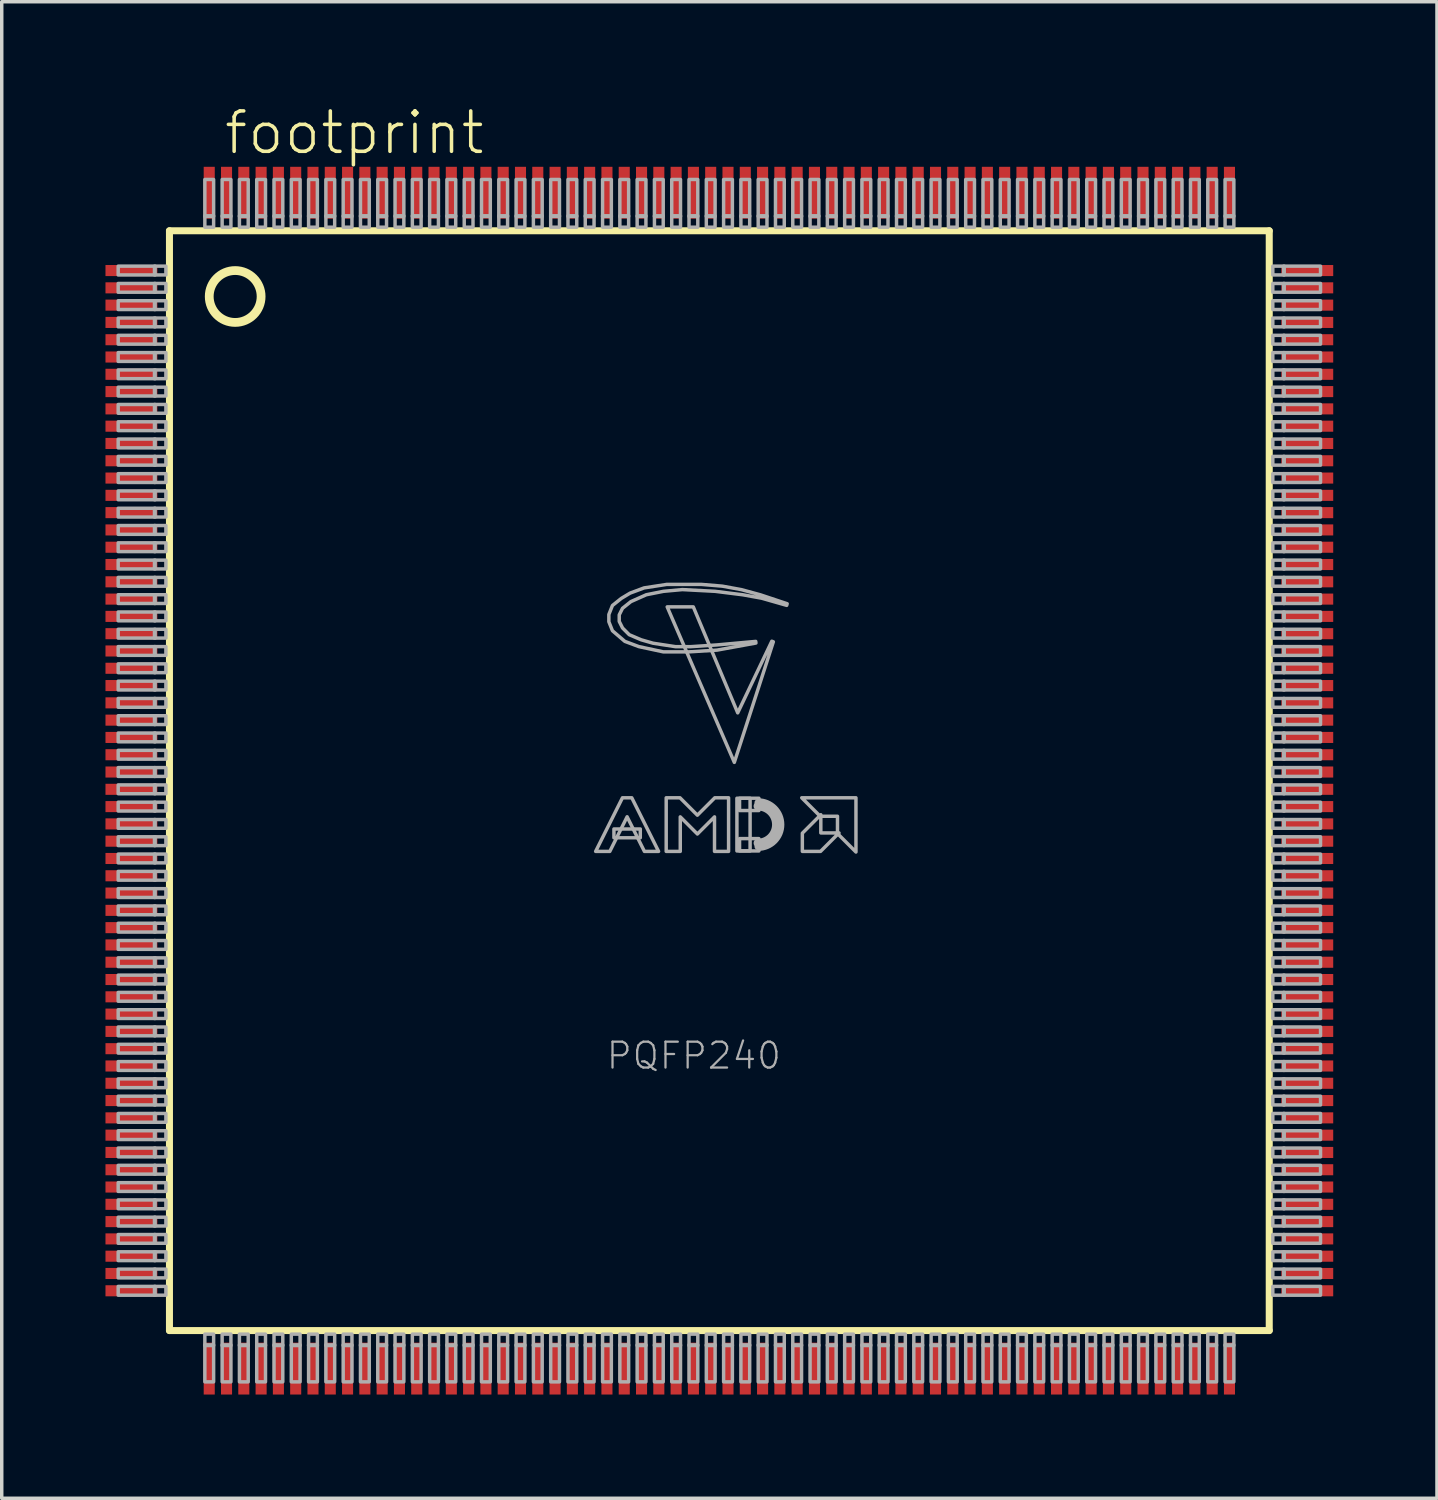
<source format=kicad_pcb>
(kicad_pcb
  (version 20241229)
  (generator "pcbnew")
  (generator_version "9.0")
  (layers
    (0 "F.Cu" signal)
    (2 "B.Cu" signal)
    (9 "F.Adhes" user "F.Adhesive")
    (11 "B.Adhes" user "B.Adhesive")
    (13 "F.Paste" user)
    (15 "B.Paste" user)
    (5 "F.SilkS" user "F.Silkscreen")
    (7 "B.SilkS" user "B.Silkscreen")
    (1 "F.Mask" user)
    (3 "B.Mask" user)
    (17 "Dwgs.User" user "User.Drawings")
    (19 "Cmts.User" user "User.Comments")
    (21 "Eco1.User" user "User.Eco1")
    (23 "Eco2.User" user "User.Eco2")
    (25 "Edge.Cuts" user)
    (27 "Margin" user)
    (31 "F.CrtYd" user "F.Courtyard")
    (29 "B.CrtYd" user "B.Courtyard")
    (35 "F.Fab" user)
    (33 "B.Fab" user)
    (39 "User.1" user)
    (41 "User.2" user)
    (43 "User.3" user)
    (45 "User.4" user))
  (footprint "footprint"
    (layer "F.Cu")
    (at 17.75 19.523)
    (property "Reference" "footprint" (at -14.375 -18.05 0) (layer "F.SilkS") (effects (font (size 1.168 1.168) (thickness 0.102)) (justify left bottom)))
    (fp_line (start -15.9 -15.9) (end -15.9 15.9) (stroke (width 0.203) (type solid)) (layer "F.SilkS"))
    (fp_line (start -15.9 15.9) (end 15.9 15.9) (stroke (width 0.203) (type solid)) (layer "F.SilkS"))
    (fp_line (start 15.9 -15.9) (end -15.9 -15.9) (stroke (width 0.203) (type solid)) (layer "F.SilkS"))
    (fp_line (start 15.9 15.9) (end 15.9 -15.9) (stroke (width 0.203) (type solid)) (layer "F.SilkS"))
    (fp_circle (center -14 -14) (end -13.25 -14) (stroke (width 0.254) (type solid)) (fill no) (layer "F.SilkS"))
    (fp_arc (start 1.1176 0.5334) (mid 1.8542 1.27) (end 1.1176 2.0066) (stroke (width 0.0508) (type solid)) (layer "F.Fab"))
    (fp_arc (start 1.1176 0.635) (mid 1.7526 1.27) (end 1.1176 1.905) (stroke (width 0.2032) (type solid)) (layer "F.Fab"))
    (fp_arc (start 1.1176 0.7366) (mid 1.651 1.27) (end 1.1176 1.8034) (stroke (width 0.254) (type solid)) (layer "F.Fab"))
    (fp_poly (pts (xy -17.383 -14.623) (xy -16.316 -14.623) (xy -16.316 -14.877) (xy -17.383 -14.877)) (stroke (width 0.1) (type solid)) (fill no) (layer "F.Fab"))
    (fp_poly (pts (xy -17.383 -14.123) (xy -16.316 -14.123) (xy -16.316 -14.377) (xy -17.383 -14.377)) (stroke (width 0.1) (type solid)) (fill no) (layer "F.Fab"))
    (fp_poly (pts (xy -17.383 -13.623) (xy -16.316 -13.623) (xy -16.316 -13.877) (xy -17.383 -13.877)) (stroke (width 0.1) (type solid)) (fill no) (layer "F.Fab"))
    (fp_poly (pts (xy -17.383 -13.123) (xy -16.316 -13.123) (xy -16.316 -13.377) (xy -17.383 -13.377)) (stroke (width 0.1) (type solid)) (fill no) (layer "F.Fab"))
    (fp_poly (pts (xy -17.383 -12.623) (xy -16.316 -12.623) (xy -16.316 -12.877) (xy -17.383 -12.877)) (stroke (width 0.1) (type solid)) (fill no) (layer "F.Fab"))
    (fp_poly (pts (xy -17.383 -12.123) (xy -16.316 -12.123) (xy -16.316 -12.377) (xy -17.383 -12.377)) (stroke (width 0.1) (type solid)) (fill no) (layer "F.Fab"))
    (fp_poly (pts (xy -17.383 -11.623) (xy -16.316 -11.623) (xy -16.316 -11.877) (xy -17.383 -11.877)) (stroke (width 0.1) (type solid)) (fill no) (layer "F.Fab"))
    (fp_poly (pts (xy -17.383 -11.123) (xy -16.316 -11.123) (xy -16.316 -11.377) (xy -17.383 -11.377)) (stroke (width 0.1) (type solid)) (fill no) (layer "F.Fab"))
    (fp_poly (pts (xy -17.383 -10.623) (xy -16.316 -10.623) (xy -16.316 -10.877) (xy -17.383 -10.877)) (stroke (width 0.1) (type solid)) (fill no) (layer "F.Fab"))
    (fp_poly (pts (xy -17.383 -10.123) (xy -16.316 -10.123) (xy -16.316 -10.377) (xy -17.383 -10.377)) (stroke (width 0.1) (type solid)) (fill no) (layer "F.Fab"))
    (fp_poly (pts (xy -17.383 -9.623) (xy -16.316 -9.623) (xy -16.316 -9.877) (xy -17.383 -9.877)) (stroke (width 0.1) (type solid)) (fill no) (layer "F.Fab"))
    (fp_poly (pts (xy -17.383 -9.123) (xy -16.316 -9.123) (xy -16.316 -9.377) (xy -17.383 -9.377)) (stroke (width 0.1) (type solid)) (fill no) (layer "F.Fab"))
    (fp_poly (pts (xy -17.383 -8.623) (xy -16.316 -8.623) (xy -16.316 -8.877) (xy -17.383 -8.877)) (stroke (width 0.1) (type solid)) (fill no) (layer "F.Fab"))
    (fp_poly (pts (xy -17.383 -8.123) (xy -16.316 -8.123) (xy -16.316 -8.377) (xy -17.383 -8.377)) (stroke (width 0.1) (type solid)) (fill no) (layer "F.Fab"))
    (fp_poly (pts (xy -17.383 -7.623) (xy -16.316 -7.623) (xy -16.316 -7.877) (xy -17.383 -7.877)) (stroke (width 0.1) (type solid)) (fill no) (layer "F.Fab"))
    (fp_poly (pts (xy -17.383 -7.123) (xy -16.316 -7.123) (xy -16.316 -7.377) (xy -17.383 -7.377)) (stroke (width 0.1) (type solid)) (fill no) (layer "F.Fab"))
    (fp_poly (pts (xy -17.383 -6.623) (xy -16.316 -6.623) (xy -16.316 -6.877) (xy -17.383 -6.877)) (stroke (width 0.1) (type solid)) (fill no) (layer "F.Fab"))
    (fp_poly (pts (xy -17.383 -6.123) (xy -16.316 -6.123) (xy -16.316 -6.377) (xy -17.383 -6.377)) (stroke (width 0.1) (type solid)) (fill no) (layer "F.Fab"))
    (fp_poly (pts (xy -17.383 -5.623) (xy -16.316 -5.623) (xy -16.316 -5.877) (xy -17.383 -5.877)) (stroke (width 0.1) (type solid)) (fill no) (layer "F.Fab"))
    (fp_poly (pts (xy -17.383 -5.123) (xy -16.316 -5.123) (xy -16.316 -5.377) (xy -17.383 -5.377)) (stroke (width 0.1) (type solid)) (fill no) (layer "F.Fab"))
    (fp_poly (pts (xy -17.383 -4.623) (xy -16.316 -4.623) (xy -16.316 -4.877) (xy -17.383 -4.877)) (stroke (width 0.1) (type solid)) (fill no) (layer "F.Fab"))
    (fp_poly (pts (xy -17.383 -4.123) (xy -16.316 -4.123) (xy -16.316 -4.377) (xy -17.383 -4.377)) (stroke (width 0.1) (type solid)) (fill no) (layer "F.Fab"))
    (fp_poly (pts (xy -17.383 -3.623) (xy -16.316 -3.623) (xy -16.316 -3.877) (xy -17.383 -3.877)) (stroke (width 0.1) (type solid)) (fill no) (layer "F.Fab"))
    (fp_poly (pts (xy -17.383 -3.123) (xy -16.316 -3.123) (xy -16.316 -3.377) (xy -17.383 -3.377)) (stroke (width 0.1) (type solid)) (fill no) (layer "F.Fab"))
    (fp_poly (pts (xy -17.383 -2.623) (xy -16.316 -2.623) (xy -16.316 -2.877) (xy -17.383 -2.877)) (stroke (width 0.1) (type solid)) (fill no) (layer "F.Fab"))
    (fp_poly (pts (xy -17.383 -2.123) (xy -16.316 -2.123) (xy -16.316 -2.377) (xy -17.383 -2.377)) (stroke (width 0.1) (type solid)) (fill no) (layer "F.Fab"))
    (fp_poly (pts (xy -17.383 -1.623) (xy -16.316 -1.623) (xy -16.316 -1.877) (xy -17.383 -1.877)) (stroke (width 0.1) (type solid)) (fill no) (layer "F.Fab"))
    (fp_poly (pts (xy -17.383 -1.123) (xy -16.316 -1.123) (xy -16.316 -1.377) (xy -17.383 -1.377)) (stroke (width 0.1) (type solid)) (fill no) (layer "F.Fab"))
    (fp_poly (pts (xy -17.383 -0.623) (xy -16.316 -0.623) (xy -16.316 -0.877) (xy -17.383 -0.877)) (stroke (width 0.1) (type solid)) (fill no) (layer "F.Fab"))
    (fp_poly (pts (xy -17.383 -0.123) (xy -16.316 -0.123) (xy -16.316 -0.377) (xy -17.383 -0.377)) (stroke (width 0.1) (type solid)) (fill no) (layer "F.Fab"))
    (fp_poly (pts (xy -17.383 0.377) (xy -16.316 0.377) (xy -16.316 0.123) (xy -17.383 0.123)) (stroke (width 0.1) (type solid)) (fill no) (layer "F.Fab"))
    (fp_poly (pts (xy -17.383 0.877) (xy -16.316 0.877) (xy -16.316 0.623) (xy -17.383 0.623)) (stroke (width 0.1) (type solid)) (fill no) (layer "F.Fab"))
    (fp_poly (pts (xy -17.383 1.377) (xy -16.316 1.377) (xy -16.316 1.123) (xy -17.383 1.123)) (stroke (width 0.1) (type solid)) (fill no) (layer "F.Fab"))
    (fp_poly (pts (xy -17.383 1.877) (xy -16.316 1.877) (xy -16.316 1.623) (xy -17.383 1.623)) (stroke (width 0.1) (type solid)) (fill no) (layer "F.Fab"))
    (fp_poly (pts (xy -17.383 2.377) (xy -16.316 2.377) (xy -16.316 2.123) (xy -17.383 2.123)) (stroke (width 0.1) (type solid)) (fill no) (layer "F.Fab"))
    (fp_poly (pts (xy -17.383 2.877) (xy -16.316 2.877) (xy -16.316 2.623) (xy -17.383 2.623)) (stroke (width 0.1) (type solid)) (fill no) (layer "F.Fab"))
    (fp_poly (pts (xy -17.383 3.377) (xy -16.316 3.377) (xy -16.316 3.123) (xy -17.383 3.123)) (stroke (width 0.1) (type solid)) (fill no) (layer "F.Fab"))
    (fp_poly (pts (xy -17.383 3.877) (xy -16.316 3.877) (xy -16.316 3.623) (xy -17.383 3.623)) (stroke (width 0.1) (type solid)) (fill no) (layer "F.Fab"))
    (fp_poly (pts (xy -17.383 4.377) (xy -16.316 4.377) (xy -16.316 4.123) (xy -17.383 4.123)) (stroke (width 0.1) (type solid)) (fill no) (layer "F.Fab"))
    (fp_poly (pts (xy -17.383 4.877) (xy -16.316 4.877) (xy -16.316 4.623) (xy -17.383 4.623)) (stroke (width 0.1) (type solid)) (fill no) (layer "F.Fab"))
    (fp_poly (pts (xy -17.383 5.377) (xy -16.316 5.377) (xy -16.316 5.123) (xy -17.383 5.123)) (stroke (width 0.1) (type solid)) (fill no) (layer "F.Fab"))
    (fp_poly (pts (xy -17.383 5.877) (xy -16.316 5.877) (xy -16.316 5.623) (xy -17.383 5.623)) (stroke (width 0.1) (type solid)) (fill no) (layer "F.Fab"))
    (fp_poly (pts (xy -17.383 6.377) (xy -16.316 6.377) (xy -16.316 6.123) (xy -17.383 6.123)) (stroke (width 0.1) (type solid)) (fill no) (layer "F.Fab"))
    (fp_poly (pts (xy -17.383 6.877) (xy -16.316 6.877) (xy -16.316 6.623) (xy -17.383 6.623)) (stroke (width 0.1) (type solid)) (fill no) (layer "F.Fab"))
    (fp_poly (pts (xy -17.383 7.377) (xy -16.316 7.377) (xy -16.316 7.123) (xy -17.383 7.123)) (stroke (width 0.1) (type solid)) (fill no) (layer "F.Fab"))
    (fp_poly (pts (xy -17.383 7.877) (xy -16.316 7.877) (xy -16.316 7.623) (xy -17.383 7.623)) (stroke (width 0.1) (type solid)) (fill no) (layer "F.Fab"))
    (fp_poly (pts (xy -17.383 8.377) (xy -16.316 8.377) (xy -16.316 8.123) (xy -17.383 8.123)) (stroke (width 0.1) (type solid)) (fill no) (layer "F.Fab"))
    (fp_poly (pts (xy -17.383 8.877) (xy -16.316 8.877) (xy -16.316 8.623) (xy -17.383 8.623)) (stroke (width 0.1) (type solid)) (fill no) (layer "F.Fab"))
    (fp_poly (pts (xy -17.383 9.377) (xy -16.316 9.377) (xy -16.316 9.123) (xy -17.383 9.123)) (stroke (width 0.1) (type solid)) (fill no) (layer "F.Fab"))
    (fp_poly (pts (xy -17.383 9.877) (xy -16.316 9.877) (xy -16.316 9.623) (xy -17.383 9.623)) (stroke (width 0.1) (type solid)) (fill no) (layer "F.Fab"))
    (fp_poly (pts (xy -17.383 10.377) (xy -16.316 10.377) (xy -16.316 10.123) (xy -17.383 10.123)) (stroke (width 0.1) (type solid)) (fill no) (layer "F.Fab"))
    (fp_poly (pts (xy -17.383 10.877) (xy -16.316 10.877) (xy -16.316 10.623) (xy -17.383 10.623)) (stroke (width 0.1) (type solid)) (fill no) (layer "F.Fab"))
    (fp_poly (pts (xy -17.383 11.377) (xy -16.316 11.377) (xy -16.316 11.123) (xy -17.383 11.123)) (stroke (width 0.1) (type solid)) (fill no) (layer "F.Fab"))
    (fp_poly (pts (xy -17.383 11.877) (xy -16.316 11.877) (xy -16.316 11.623) (xy -17.383 11.623)) (stroke (width 0.1) (type solid)) (fill no) (layer "F.Fab"))
    (fp_poly (pts (xy -17.383 12.377) (xy -16.316 12.377) (xy -16.316 12.123) (xy -17.383 12.123)) (stroke (width 0.1) (type solid)) (fill no) (layer "F.Fab"))
    (fp_poly (pts (xy -17.383 12.877) (xy -16.316 12.877) (xy -16.316 12.623) (xy -17.383 12.623)) (stroke (width 0.1) (type solid)) (fill no) (layer "F.Fab"))
    (fp_poly (pts (xy -17.383 13.377) (xy -16.316 13.377) (xy -16.316 13.123) (xy -17.383 13.123)) (stroke (width 0.1) (type solid)) (fill no) (layer "F.Fab"))
    (fp_poly (pts (xy -17.383 13.877) (xy -16.316 13.877) (xy -16.316 13.623) (xy -17.383 13.623)) (stroke (width 0.1) (type solid)) (fill no) (layer "F.Fab"))
    (fp_poly (pts (xy -17.383 14.377) (xy -16.316 14.377) (xy -16.316 14.123) (xy -17.383 14.123)) (stroke (width 0.1) (type solid)) (fill no) (layer "F.Fab"))
    (fp_poly (pts (xy -17.383 14.877) (xy -16.316 14.877) (xy -16.316 14.623) (xy -17.383 14.623)) (stroke (width 0.1) (type solid)) (fill no) (layer "F.Fab"))
    (fp_poly (pts (xy -16.333 -14.623) (xy -16.003 -14.623) (xy -16.003 -14.877) (xy -16.333 -14.877)) (stroke (width 0.1) (type solid)) (fill no) (layer "F.Fab"))
    (fp_poly (pts (xy -16.333 -14.123) (xy -16.003 -14.123) (xy -16.003 -14.377) (xy -16.333 -14.377)) (stroke (width 0.1) (type solid)) (fill no) (layer "F.Fab"))
    (fp_poly (pts (xy -16.333 -13.623) (xy -16.003 -13.623) (xy -16.003 -13.877) (xy -16.333 -13.877)) (stroke (width 0.1) (type solid)) (fill no) (layer "F.Fab"))
    (fp_poly (pts (xy -16.333 -13.123) (xy -16.003 -13.123) (xy -16.003 -13.377) (xy -16.333 -13.377)) (stroke (width 0.1) (type solid)) (fill no) (layer "F.Fab"))
    (fp_poly (pts (xy -16.333 -12.623) (xy -16.003 -12.623) (xy -16.003 -12.877) (xy -16.333 -12.877)) (stroke (width 0.1) (type solid)) (fill no) (layer "F.Fab"))
    (fp_poly (pts (xy -16.333 -12.123) (xy -16.003 -12.123) (xy -16.003 -12.377) (xy -16.333 -12.377)) (stroke (width 0.1) (type solid)) (fill no) (layer "F.Fab"))
    (fp_poly (pts (xy -16.333 -11.623) (xy -16.003 -11.623) (xy -16.003 -11.877) (xy -16.333 -11.877)) (stroke (width 0.1) (type solid)) (fill no) (layer "F.Fab"))
    (fp_poly (pts (xy -16.333 -11.123) (xy -16.003 -11.123) (xy -16.003 -11.377) (xy -16.333 -11.377)) (stroke (width 0.1) (type solid)) (fill no) (layer "F.Fab"))
    (fp_poly (pts (xy -16.333 -10.623) (xy -16.003 -10.623) (xy -16.003 -10.877) (xy -16.333 -10.877)) (stroke (width 0.1) (type solid)) (fill no) (layer "F.Fab"))
    (fp_poly (pts (xy -16.333 -10.123) (xy -16.003 -10.123) (xy -16.003 -10.377) (xy -16.333 -10.377)) (stroke (width 0.1) (type solid)) (fill no) (layer "F.Fab"))
    (fp_poly (pts (xy -16.333 -9.623) (xy -16.003 -9.623) (xy -16.003 -9.877) (xy -16.333 -9.877)) (stroke (width 0.1) (type solid)) (fill no) (layer "F.Fab"))
    (fp_poly (pts (xy -16.333 -9.123) (xy -16.003 -9.123) (xy -16.003 -9.377) (xy -16.333 -9.377)) (stroke (width 0.1) (type solid)) (fill no) (layer "F.Fab"))
    (fp_poly (pts (xy -16.333 -8.623) (xy -16.003 -8.623) (xy -16.003 -8.877) (xy -16.333 -8.877)) (stroke (width 0.1) (type solid)) (fill no) (layer "F.Fab"))
    (fp_poly (pts (xy -16.333 -8.123) (xy -16.003 -8.123) (xy -16.003 -8.377) (xy -16.333 -8.377)) (stroke (width 0.1) (type solid)) (fill no) (layer "F.Fab"))
    (fp_poly (pts (xy -16.333 -7.623) (xy -16.003 -7.623) (xy -16.003 -7.877) (xy -16.333 -7.877)) (stroke (width 0.1) (type solid)) (fill no) (layer "F.Fab"))
    (fp_poly (pts (xy -16.333 -7.123) (xy -16.003 -7.123) (xy -16.003 -7.377) (xy -16.333 -7.377)) (stroke (width 0.1) (type solid)) (fill no) (layer "F.Fab"))
    (fp_poly (pts (xy -16.333 -6.623) (xy -16.003 -6.623) (xy -16.003 -6.877) (xy -16.333 -6.877)) (stroke (width 0.1) (type solid)) (fill no) (layer "F.Fab"))
    (fp_poly (pts (xy -16.333 -6.123) (xy -16.003 -6.123) (xy -16.003 -6.377) (xy -16.333 -6.377)) (stroke (width 0.1) (type solid)) (fill no) (layer "F.Fab"))
    (fp_poly (pts (xy -16.333 -5.623) (xy -16.003 -5.623) (xy -16.003 -5.877) (xy -16.333 -5.877)) (stroke (width 0.1) (type solid)) (fill no) (layer "F.Fab"))
    (fp_poly (pts (xy -16.333 -5.123) (xy -16.003 -5.123) (xy -16.003 -5.377) (xy -16.333 -5.377)) (stroke (width 0.1) (type solid)) (fill no) (layer "F.Fab"))
    (fp_poly (pts (xy -16.333 -4.623) (xy -16.003 -4.623) (xy -16.003 -4.877) (xy -16.333 -4.877)) (stroke (width 0.1) (type solid)) (fill no) (layer "F.Fab"))
    (fp_poly (pts (xy -16.333 -4.123) (xy -16.003 -4.123) (xy -16.003 -4.377) (xy -16.333 -4.377)) (stroke (width 0.1) (type solid)) (fill no) (layer "F.Fab"))
    (fp_poly (pts (xy -16.333 -3.623) (xy -16.003 -3.623) (xy -16.003 -3.877) (xy -16.333 -3.877)) (stroke (width 0.1) (type solid)) (fill no) (layer "F.Fab"))
    (fp_poly (pts (xy -16.333 -3.123) (xy -16.003 -3.123) (xy -16.003 -3.377) (xy -16.333 -3.377)) (stroke (width 0.1) (type solid)) (fill no) (layer "F.Fab"))
    (fp_poly (pts (xy -16.333 -2.623) (xy -16.003 -2.623) (xy -16.003 -2.877) (xy -16.333 -2.877)) (stroke (width 0.1) (type solid)) (fill no) (layer "F.Fab"))
    (fp_poly (pts (xy -16.333 -2.123) (xy -16.003 -2.123) (xy -16.003 -2.377) (xy -16.333 -2.377)) (stroke (width 0.1) (type solid)) (fill no) (layer "F.Fab"))
    (fp_poly (pts (xy -16.333 -1.623) (xy -16.003 -1.623) (xy -16.003 -1.877) (xy -16.333 -1.877)) (stroke (width 0.1) (type solid)) (fill no) (layer "F.Fab"))
    (fp_poly (pts (xy -16.333 -1.123) (xy -16.003 -1.123) (xy -16.003 -1.377) (xy -16.333 -1.377)) (stroke (width 0.1) (type solid)) (fill no) (layer "F.Fab"))
    (fp_poly (pts (xy -16.333 -0.623) (xy -16.003 -0.623) (xy -16.003 -0.877) (xy -16.333 -0.877)) (stroke (width 0.1) (type solid)) (fill no) (layer "F.Fab"))
    (fp_poly (pts (xy -16.333 -0.123) (xy -16.003 -0.123) (xy -16.003 -0.377) (xy -16.333 -0.377)) (stroke (width 0.1) (type solid)) (fill no) (layer "F.Fab"))
    (fp_poly (pts (xy -16.333 0.377) (xy -16.003 0.377) (xy -16.003 0.123) (xy -16.333 0.123)) (stroke (width 0.1) (type solid)) (fill no) (layer "F.Fab"))
    (fp_poly (pts (xy -16.333 0.877) (xy -16.003 0.877) (xy -16.003 0.623) (xy -16.333 0.623)) (stroke (width 0.1) (type solid)) (fill no) (layer "F.Fab"))
    (fp_poly (pts (xy -16.333 1.377) (xy -16.003 1.377) (xy -16.003 1.123) (xy -16.333 1.123)) (stroke (width 0.1) (type solid)) (fill no) (layer "F.Fab"))
    (fp_poly (pts (xy -16.333 1.877) (xy -16.003 1.877) (xy -16.003 1.623) (xy -16.333 1.623)) (stroke (width 0.1) (type solid)) (fill no) (layer "F.Fab"))
    (fp_poly (pts (xy -16.333 2.377) (xy -16.003 2.377) (xy -16.003 2.123) (xy -16.333 2.123)) (stroke (width 0.1) (type solid)) (fill no) (layer "F.Fab"))
    (fp_poly (pts (xy -16.333 2.877) (xy -16.003 2.877) (xy -16.003 2.623) (xy -16.333 2.623)) (stroke (width 0.1) (type solid)) (fill no) (layer "F.Fab"))
    (fp_poly (pts (xy -16.333 3.377) (xy -16.003 3.377) (xy -16.003 3.123) (xy -16.333 3.123)) (stroke (width 0.1) (type solid)) (fill no) (layer "F.Fab"))
    (fp_poly (pts (xy -16.333 3.877) (xy -16.003 3.877) (xy -16.003 3.623) (xy -16.333 3.623)) (stroke (width 0.1) (type solid)) (fill no) (layer "F.Fab"))
    (fp_poly (pts (xy -16.333 4.377) (xy -16.003 4.377) (xy -16.003 4.123) (xy -16.333 4.123)) (stroke (width 0.1) (type solid)) (fill no) (layer "F.Fab"))
    (fp_poly (pts (xy -16.333 4.877) (xy -16.003 4.877) (xy -16.003 4.623) (xy -16.333 4.623)) (stroke (width 0.1) (type solid)) (fill no) (layer "F.Fab"))
    (fp_poly (pts (xy -16.333 5.377) (xy -16.003 5.377) (xy -16.003 5.123) (xy -16.333 5.123)) (stroke (width 0.1) (type solid)) (fill no) (layer "F.Fab"))
    (fp_poly (pts (xy -16.333 5.877) (xy -16.003 5.877) (xy -16.003 5.623) (xy -16.333 5.623)) (stroke (width 0.1) (type solid)) (fill no) (layer "F.Fab"))
    (fp_poly (pts (xy -16.333 6.377) (xy -16.003 6.377) (xy -16.003 6.123) (xy -16.333 6.123)) (stroke (width 0.1) (type solid)) (fill no) (layer "F.Fab"))
    (fp_poly (pts (xy -16.333 6.877) (xy -16.003 6.877) (xy -16.003 6.623) (xy -16.333 6.623)) (stroke (width 0.1) (type solid)) (fill no) (layer "F.Fab"))
    (fp_poly (pts (xy -16.333 7.377) (xy -16.003 7.377) (xy -16.003 7.123) (xy -16.333 7.123)) (stroke (width 0.1) (type solid)) (fill no) (layer "F.Fab"))
    (fp_poly (pts (xy -16.333 7.877) (xy -16.003 7.877) (xy -16.003 7.623) (xy -16.333 7.623)) (stroke (width 0.1) (type solid)) (fill no) (layer "F.Fab"))
    (fp_poly (pts (xy -16.333 8.377) (xy -16.003 8.377) (xy -16.003 8.123) (xy -16.333 8.123)) (stroke (width 0.1) (type solid)) (fill no) (layer "F.Fab"))
    (fp_poly (pts (xy -16.333 8.877) (xy -16.003 8.877) (xy -16.003 8.623) (xy -16.333 8.623)) (stroke (width 0.1) (type solid)) (fill no) (layer "F.Fab"))
    (fp_poly (pts (xy -16.333 9.377) (xy -16.003 9.377) (xy -16.003 9.123) (xy -16.333 9.123)) (stroke (width 0.1) (type solid)) (fill no) (layer "F.Fab"))
    (fp_poly (pts (xy -16.333 9.877) (xy -16.003 9.877) (xy -16.003 9.623) (xy -16.333 9.623)) (stroke (width 0.1) (type solid)) (fill no) (layer "F.Fab"))
    (fp_poly (pts (xy -16.333 10.377) (xy -16.003 10.377) (xy -16.003 10.123) (xy -16.333 10.123)) (stroke (width 0.1) (type solid)) (fill no) (layer "F.Fab"))
    (fp_poly (pts (xy -16.333 10.877) (xy -16.003 10.877) (xy -16.003 10.623) (xy -16.333 10.623)) (stroke (width 0.1) (type solid)) (fill no) (layer "F.Fab"))
    (fp_poly (pts (xy -16.333 11.377) (xy -16.003 11.377) (xy -16.003 11.123) (xy -16.333 11.123)) (stroke (width 0.1) (type solid)) (fill no) (layer "F.Fab"))
    (fp_poly (pts (xy -16.333 11.877) (xy -16.003 11.877) (xy -16.003 11.623) (xy -16.333 11.623)) (stroke (width 0.1) (type solid)) (fill no) (layer "F.Fab"))
    (fp_poly (pts (xy -16.333 12.377) (xy -16.003 12.377) (xy -16.003 12.123) (xy -16.333 12.123)) (stroke (width 0.1) (type solid)) (fill no) (layer "F.Fab"))
    (fp_poly (pts (xy -16.333 12.877) (xy -16.003 12.877) (xy -16.003 12.623) (xy -16.333 12.623)) (stroke (width 0.1) (type solid)) (fill no) (layer "F.Fab"))
    (fp_poly (pts (xy -16.333 13.377) (xy -16.003 13.377) (xy -16.003 13.123) (xy -16.333 13.123)) (stroke (width 0.1) (type solid)) (fill no) (layer "F.Fab"))
    (fp_poly (pts (xy -16.333 13.877) (xy -16.003 13.877) (xy -16.003 13.623) (xy -16.333 13.623)) (stroke (width 0.1) (type solid)) (fill no) (layer "F.Fab"))
    (fp_poly (pts (xy -16.333 14.377) (xy -16.003 14.377) (xy -16.003 14.123) (xy -16.333 14.123)) (stroke (width 0.1) (type solid)) (fill no) (layer "F.Fab"))
    (fp_poly (pts (xy -16.333 14.877) (xy -16.003 14.877) (xy -16.003 14.623) (xy -16.333 14.623)) (stroke (width 0.1) (type solid)) (fill no) (layer "F.Fab"))
    (fp_poly (pts (xy -14.877 -16.316) (xy -14.623 -16.316) (xy -14.623 -17.383) (xy -14.877 -17.383)) (stroke (width 0.1) (type solid)) (fill no) (layer "F.Fab"))
    (fp_poly (pts (xy -14.877 -16.003) (xy -14.623 -16.003) (xy -14.623 -16.333) (xy -14.877 -16.333)) (stroke (width 0.1) (type solid)) (fill no) (layer "F.Fab"))
    (fp_poly (pts (xy -14.877 16.333) (xy -14.623 16.333) (xy -14.623 16.003) (xy -14.877 16.003)) (stroke (width 0.1) (type solid)) (fill no) (layer "F.Fab"))
    (fp_poly (pts (xy -14.877 17.383) (xy -14.623 17.383) (xy -14.623 16.316) (xy -14.877 16.316)) (stroke (width 0.1) (type solid)) (fill no) (layer "F.Fab"))
    (fp_poly (pts (xy -14.377 -16.316) (xy -14.123 -16.316) (xy -14.123 -17.383) (xy -14.377 -17.383)) (stroke (width 0.1) (type solid)) (fill no) (layer "F.Fab"))
    (fp_poly (pts (xy -14.377 -16.003) (xy -14.123 -16.003) (xy -14.123 -16.333) (xy -14.377 -16.333)) (stroke (width 0.1) (type solid)) (fill no) (layer "F.Fab"))
    (fp_poly (pts (xy -14.377 16.333) (xy -14.123 16.333) (xy -14.123 16.003) (xy -14.377 16.003)) (stroke (width 0.1) (type solid)) (fill no) (layer "F.Fab"))
    (fp_poly (pts (xy -14.377 17.383) (xy -14.123 17.383) (xy -14.123 16.316) (xy -14.377 16.316)) (stroke (width 0.1) (type solid)) (fill no) (layer "F.Fab"))
    (fp_poly (pts (xy -13.877 -16.316) (xy -13.623 -16.316) (xy -13.623 -17.383) (xy -13.877 -17.383)) (stroke (width 0.1) (type solid)) (fill no) (layer "F.Fab"))
    (fp_poly (pts (xy -13.877 -16.003) (xy -13.623 -16.003) (xy -13.623 -16.333) (xy -13.877 -16.333)) (stroke (width 0.1) (type solid)) (fill no) (layer "F.Fab"))
    (fp_poly (pts (xy -13.877 16.333) (xy -13.623 16.333) (xy -13.623 16.003) (xy -13.877 16.003)) (stroke (width 0.1) (type solid)) (fill no) (layer "F.Fab"))
    (fp_poly (pts (xy -13.877 17.383) (xy -13.623 17.383) (xy -13.623 16.316) (xy -13.877 16.316)) (stroke (width 0.1) (type solid)) (fill no) (layer "F.Fab"))
    (fp_poly (pts (xy -13.377 -16.316) (xy -13.123 -16.316) (xy -13.123 -17.383) (xy -13.377 -17.383)) (stroke (width 0.1) (type solid)) (fill no) (layer "F.Fab"))
    (fp_poly (pts (xy -13.377 -16.003) (xy -13.123 -16.003) (xy -13.123 -16.333) (xy -13.377 -16.333)) (stroke (width 0.1) (type solid)) (fill no) (layer "F.Fab"))
    (fp_poly (pts (xy -13.377 16.333) (xy -13.123 16.333) (xy -13.123 16.003) (xy -13.377 16.003)) (stroke (width 0.1) (type solid)) (fill no) (layer "F.Fab"))
    (fp_poly (pts (xy -13.377 17.383) (xy -13.123 17.383) (xy -13.123 16.316) (xy -13.377 16.316)) (stroke (width 0.1) (type solid)) (fill no) (layer "F.Fab"))
    (fp_poly (pts (xy -12.877 -16.316) (xy -12.623 -16.316) (xy -12.623 -17.383) (xy -12.877 -17.383)) (stroke (width 0.1) (type solid)) (fill no) (layer "F.Fab"))
    (fp_poly (pts (xy -12.877 -16.003) (xy -12.623 -16.003) (xy -12.623 -16.333) (xy -12.877 -16.333)) (stroke (width 0.1) (type solid)) (fill no) (layer "F.Fab"))
    (fp_poly (pts (xy -12.877 16.333) (xy -12.623 16.333) (xy -12.623 16.003) (xy -12.877 16.003)) (stroke (width 0.1) (type solid)) (fill no) (layer "F.Fab"))
    (fp_poly (pts (xy -12.877 17.383) (xy -12.623 17.383) (xy -12.623 16.316) (xy -12.877 16.316)) (stroke (width 0.1) (type solid)) (fill no) (layer "F.Fab"))
    (fp_poly (pts (xy -12.377 -16.316) (xy -12.123 -16.316) (xy -12.123 -17.383) (xy -12.377 -17.383)) (stroke (width 0.1) (type solid)) (fill no) (layer "F.Fab"))
    (fp_poly (pts (xy -12.377 -16.003) (xy -12.123 -16.003) (xy -12.123 -16.333) (xy -12.377 -16.333)) (stroke (width 0.1) (type solid)) (fill no) (layer "F.Fab"))
    (fp_poly (pts (xy -12.377 16.333) (xy -12.123 16.333) (xy -12.123 16.003) (xy -12.377 16.003)) (stroke (width 0.1) (type solid)) (fill no) (layer "F.Fab"))
    (fp_poly (pts (xy -12.377 17.383) (xy -12.123 17.383) (xy -12.123 16.316) (xy -12.377 16.316)) (stroke (width 0.1) (type solid)) (fill no) (layer "F.Fab"))
    (fp_poly (pts (xy -11.877 -16.316) (xy -11.623 -16.316) (xy -11.623 -17.383) (xy -11.877 -17.383)) (stroke (width 0.1) (type solid)) (fill no) (layer "F.Fab"))
    (fp_poly (pts (xy -11.877 -16.003) (xy -11.623 -16.003) (xy -11.623 -16.333) (xy -11.877 -16.333)) (stroke (width 0.1) (type solid)) (fill no) (layer "F.Fab"))
    (fp_poly (pts (xy -11.877 16.333) (xy -11.623 16.333) (xy -11.623 16.003) (xy -11.877 16.003)) (stroke (width 0.1) (type solid)) (fill no) (layer "F.Fab"))
    (fp_poly (pts (xy -11.877 17.383) (xy -11.623 17.383) (xy -11.623 16.316) (xy -11.877 16.316)) (stroke (width 0.1) (type solid)) (fill no) (layer "F.Fab"))
    (fp_poly (pts (xy -11.377 -16.316) (xy -11.123 -16.316) (xy -11.123 -17.383) (xy -11.377 -17.383)) (stroke (width 0.1) (type solid)) (fill no) (layer "F.Fab"))
    (fp_poly (pts (xy -11.377 -16.003) (xy -11.123 -16.003) (xy -11.123 -16.333) (xy -11.377 -16.333)) (stroke (width 0.1) (type solid)) (fill no) (layer "F.Fab"))
    (fp_poly (pts (xy -11.377 16.333) (xy -11.123 16.333) (xy -11.123 16.003) (xy -11.377 16.003)) (stroke (width 0.1) (type solid)) (fill no) (layer "F.Fab"))
    (fp_poly (pts (xy -11.377 17.383) (xy -11.123 17.383) (xy -11.123 16.316) (xy -11.377 16.316)) (stroke (width 0.1) (type solid)) (fill no) (layer "F.Fab"))
    (fp_poly (pts (xy -10.877 -16.316) (xy -10.623 -16.316) (xy -10.623 -17.383) (xy -10.877 -17.383)) (stroke (width 0.1) (type solid)) (fill no) (layer "F.Fab"))
    (fp_poly (pts (xy -10.877 -16.003) (xy -10.623 -16.003) (xy -10.623 -16.333) (xy -10.877 -16.333)) (stroke (width 0.1) (type solid)) (fill no) (layer "F.Fab"))
    (fp_poly (pts (xy -10.877 16.333) (xy -10.623 16.333) (xy -10.623 16.003) (xy -10.877 16.003)) (stroke (width 0.1) (type solid)) (fill no) (layer "F.Fab"))
    (fp_poly (pts (xy -10.877 17.383) (xy -10.623 17.383) (xy -10.623 16.316) (xy -10.877 16.316)) (stroke (width 0.1) (type solid)) (fill no) (layer "F.Fab"))
    (fp_poly (pts (xy -10.377 -16.316) (xy -10.123 -16.316) (xy -10.123 -17.383) (xy -10.377 -17.383)) (stroke (width 0.1) (type solid)) (fill no) (layer "F.Fab"))
    (fp_poly (pts (xy -10.377 -16.003) (xy -10.123 -16.003) (xy -10.123 -16.333) (xy -10.377 -16.333)) (stroke (width 0.1) (type solid)) (fill no) (layer "F.Fab"))
    (fp_poly (pts (xy -10.377 16.333) (xy -10.123 16.333) (xy -10.123 16.003) (xy -10.377 16.003)) (stroke (width 0.1) (type solid)) (fill no) (layer "F.Fab"))
    (fp_poly (pts (xy -10.377 17.383) (xy -10.123 17.383) (xy -10.123 16.316) (xy -10.377 16.316)) (stroke (width 0.1) (type solid)) (fill no) (layer "F.Fab"))
    (fp_poly (pts (xy -9.877 -16.316) (xy -9.623 -16.316) (xy -9.623 -17.383) (xy -9.877 -17.383)) (stroke (width 0.1) (type solid)) (fill no) (layer "F.Fab"))
    (fp_poly (pts (xy -9.877 -16.003) (xy -9.623 -16.003) (xy -9.623 -16.333) (xy -9.877 -16.333)) (stroke (width 0.1) (type solid)) (fill no) (layer "F.Fab"))
    (fp_poly (pts (xy -9.877 16.333) (xy -9.623 16.333) (xy -9.623 16.003) (xy -9.877 16.003)) (stroke (width 0.1) (type solid)) (fill no) (layer "F.Fab"))
    (fp_poly (pts (xy -9.877 17.383) (xy -9.623 17.383) (xy -9.623 16.316) (xy -9.877 16.316)) (stroke (width 0.1) (type solid)) (fill no) (layer "F.Fab"))
    (fp_poly (pts (xy -9.377 -16.316) (xy -9.123 -16.316) (xy -9.123 -17.383) (xy -9.377 -17.383)) (stroke (width 0.1) (type solid)) (fill no) (layer "F.Fab"))
    (fp_poly (pts (xy -9.377 -16.003) (xy -9.123 -16.003) (xy -9.123 -16.333) (xy -9.377 -16.333)) (stroke (width 0.1) (type solid)) (fill no) (layer "F.Fab"))
    (fp_poly (pts (xy -9.377 16.333) (xy -9.123 16.333) (xy -9.123 16.003) (xy -9.377 16.003)) (stroke (width 0.1) (type solid)) (fill no) (layer "F.Fab"))
    (fp_poly (pts (xy -9.377 17.383) (xy -9.123 17.383) (xy -9.123 16.316) (xy -9.377 16.316)) (stroke (width 0.1) (type solid)) (fill no) (layer "F.Fab"))
    (fp_poly (pts (xy -8.877 -16.316) (xy -8.623 -16.316) (xy -8.623 -17.383) (xy -8.877 -17.383)) (stroke (width 0.1) (type solid)) (fill no) (layer "F.Fab"))
    (fp_poly (pts (xy -8.877 -16.003) (xy -8.623 -16.003) (xy -8.623 -16.333) (xy -8.877 -16.333)) (stroke (width 0.1) (type solid)) (fill no) (layer "F.Fab"))
    (fp_poly (pts (xy -8.877 16.333) (xy -8.623 16.333) (xy -8.623 16.003) (xy -8.877 16.003)) (stroke (width 0.1) (type solid)) (fill no) (layer "F.Fab"))
    (fp_poly (pts (xy -8.877 17.383) (xy -8.623 17.383) (xy -8.623 16.316) (xy -8.877 16.316)) (stroke (width 0.1) (type solid)) (fill no) (layer "F.Fab"))
    (fp_poly (pts (xy -8.377 -16.316) (xy -8.123 -16.316) (xy -8.123 -17.383) (xy -8.377 -17.383)) (stroke (width 0.1) (type solid)) (fill no) (layer "F.Fab"))
    (fp_poly (pts (xy -8.377 -16.003) (xy -8.123 -16.003) (xy -8.123 -16.333) (xy -8.377 -16.333)) (stroke (width 0.1) (type solid)) (fill no) (layer "F.Fab"))
    (fp_poly (pts (xy -8.377 16.333) (xy -8.123 16.333) (xy -8.123 16.003) (xy -8.377 16.003)) (stroke (width 0.1) (type solid)) (fill no) (layer "F.Fab"))
    (fp_poly (pts (xy -8.377 17.383) (xy -8.123 17.383) (xy -8.123 16.316) (xy -8.377 16.316)) (stroke (width 0.1) (type solid)) (fill no) (layer "F.Fab"))
    (fp_poly (pts (xy -7.877 -16.316) (xy -7.623 -16.316) (xy -7.623 -17.383) (xy -7.877 -17.383)) (stroke (width 0.1) (type solid)) (fill no) (layer "F.Fab"))
    (fp_poly (pts (xy -7.877 -16.003) (xy -7.623 -16.003) (xy -7.623 -16.333) (xy -7.877 -16.333)) (stroke (width 0.1) (type solid)) (fill no) (layer "F.Fab"))
    (fp_poly (pts (xy -7.877 16.333) (xy -7.623 16.333) (xy -7.623 16.003) (xy -7.877 16.003)) (stroke (width 0.1) (type solid)) (fill no) (layer "F.Fab"))
    (fp_poly (pts (xy -7.877 17.383) (xy -7.623 17.383) (xy -7.623 16.316) (xy -7.877 16.316)) (stroke (width 0.1) (type solid)) (fill no) (layer "F.Fab"))
    (fp_poly (pts (xy -7.377 -16.316) (xy -7.123 -16.316) (xy -7.123 -17.383) (xy -7.377 -17.383)) (stroke (width 0.1) (type solid)) (fill no) (layer "F.Fab"))
    (fp_poly (pts (xy -7.377 -16.003) (xy -7.123 -16.003) (xy -7.123 -16.333) (xy -7.377 -16.333)) (stroke (width 0.1) (type solid)) (fill no) (layer "F.Fab"))
    (fp_poly (pts (xy -7.377 16.333) (xy -7.123 16.333) (xy -7.123 16.003) (xy -7.377 16.003)) (stroke (width 0.1) (type solid)) (fill no) (layer "F.Fab"))
    (fp_poly (pts (xy -7.377 17.383) (xy -7.123 17.383) (xy -7.123 16.316) (xy -7.377 16.316)) (stroke (width 0.1) (type solid)) (fill no) (layer "F.Fab"))
    (fp_poly (pts (xy -6.877 -16.316) (xy -6.623 -16.316) (xy -6.623 -17.383) (xy -6.877 -17.383)) (stroke (width 0.1) (type solid)) (fill no) (layer "F.Fab"))
    (fp_poly (pts (xy -6.877 -16.003) (xy -6.623 -16.003) (xy -6.623 -16.333) (xy -6.877 -16.333)) (stroke (width 0.1) (type solid)) (fill no) (layer "F.Fab"))
    (fp_poly (pts (xy -6.877 16.333) (xy -6.623 16.333) (xy -6.623 16.003) (xy -6.877 16.003)) (stroke (width 0.1) (type solid)) (fill no) (layer "F.Fab"))
    (fp_poly (pts (xy -6.877 17.383) (xy -6.623 17.383) (xy -6.623 16.316) (xy -6.877 16.316)) (stroke (width 0.1) (type solid)) (fill no) (layer "F.Fab"))
    (fp_poly (pts (xy -6.377 -16.316) (xy -6.123 -16.316) (xy -6.123 -17.383) (xy -6.377 -17.383)) (stroke (width 0.1) (type solid)) (fill no) (layer "F.Fab"))
    (fp_poly (pts (xy -6.377 -16.003) (xy -6.123 -16.003) (xy -6.123 -16.333) (xy -6.377 -16.333)) (stroke (width 0.1) (type solid)) (fill no) (layer "F.Fab"))
    (fp_poly (pts (xy -6.377 16.333) (xy -6.123 16.333) (xy -6.123 16.003) (xy -6.377 16.003)) (stroke (width 0.1) (type solid)) (fill no) (layer "F.Fab"))
    (fp_poly (pts (xy -6.377 17.383) (xy -6.123 17.383) (xy -6.123 16.316) (xy -6.377 16.316)) (stroke (width 0.1) (type solid)) (fill no) (layer "F.Fab"))
    (fp_poly (pts (xy -5.877 -16.316) (xy -5.623 -16.316) (xy -5.623 -17.383) (xy -5.877 -17.383)) (stroke (width 0.1) (type solid)) (fill no) (layer "F.Fab"))
    (fp_poly (pts (xy -5.877 -16.003) (xy -5.623 -16.003) (xy -5.623 -16.333) (xy -5.877 -16.333)) (stroke (width 0.1) (type solid)) (fill no) (layer "F.Fab"))
    (fp_poly (pts (xy -5.877 16.333) (xy -5.623 16.333) (xy -5.623 16.003) (xy -5.877 16.003)) (stroke (width 0.1) (type solid)) (fill no) (layer "F.Fab"))
    (fp_poly (pts (xy -5.877 17.383) (xy -5.623 17.383) (xy -5.623 16.316) (xy -5.877 16.316)) (stroke (width 0.1) (type solid)) (fill no) (layer "F.Fab"))
    (fp_poly (pts (xy -5.377 -16.316) (xy -5.123 -16.316) (xy -5.123 -17.383) (xy -5.377 -17.383)) (stroke (width 0.1) (type solid)) (fill no) (layer "F.Fab"))
    (fp_poly (pts (xy -5.377 -16.003) (xy -5.123 -16.003) (xy -5.123 -16.333) (xy -5.377 -16.333)) (stroke (width 0.1) (type solid)) (fill no) (layer "F.Fab"))
    (fp_poly (pts (xy -5.377 16.333) (xy -5.123 16.333) (xy -5.123 16.003) (xy -5.377 16.003)) (stroke (width 0.1) (type solid)) (fill no) (layer "F.Fab"))
    (fp_poly (pts (xy -5.377 17.383) (xy -5.123 17.383) (xy -5.123 16.316) (xy -5.377 16.316)) (stroke (width 0.1) (type solid)) (fill no) (layer "F.Fab"))
    (fp_poly (pts (xy -4.877 -16.316) (xy -4.623 -16.316) (xy -4.623 -17.383) (xy -4.877 -17.383)) (stroke (width 0.1) (type solid)) (fill no) (layer "F.Fab"))
    (fp_poly (pts (xy -4.877 -16.003) (xy -4.623 -16.003) (xy -4.623 -16.333) (xy -4.877 -16.333)) (stroke (width 0.1) (type solid)) (fill no) (layer "F.Fab"))
    (fp_poly (pts (xy -4.877 16.333) (xy -4.623 16.333) (xy -4.623 16.003) (xy -4.877 16.003)) (stroke (width 0.1) (type solid)) (fill no) (layer "F.Fab"))
    (fp_poly (pts (xy -4.877 17.383) (xy -4.623 17.383) (xy -4.623 16.316) (xy -4.877 16.316)) (stroke (width 0.1) (type solid)) (fill no) (layer "F.Fab"))
    (fp_poly (pts (xy -4.377 -16.316) (xy -4.123 -16.316) (xy -4.123 -17.383) (xy -4.377 -17.383)) (stroke (width 0.1) (type solid)) (fill no) (layer "F.Fab"))
    (fp_poly (pts (xy -4.377 -16.003) (xy -4.123 -16.003) (xy -4.123 -16.333) (xy -4.377 -16.333)) (stroke (width 0.1) (type solid)) (fill no) (layer "F.Fab"))
    (fp_poly (pts (xy -4.377 16.333) (xy -4.123 16.333) (xy -4.123 16.003) (xy -4.377 16.003)) (stroke (width 0.1) (type solid)) (fill no) (layer "F.Fab"))
    (fp_poly (pts (xy -4.377 17.383) (xy -4.123 17.383) (xy -4.123 16.316) (xy -4.377 16.316)) (stroke (width 0.1) (type solid)) (fill no) (layer "F.Fab"))
    (fp_poly (pts (xy -3.877 -16.316) (xy -3.623 -16.316) (xy -3.623 -17.383) (xy -3.877 -17.383)) (stroke (width 0.1) (type solid)) (fill no) (layer "F.Fab"))
    (fp_poly (pts (xy -3.877 -16.003) (xy -3.623 -16.003) (xy -3.623 -16.333) (xy -3.877 -16.333)) (stroke (width 0.1) (type solid)) (fill no) (layer "F.Fab"))
    (fp_poly (pts (xy -3.877 16.333) (xy -3.623 16.333) (xy -3.623 16.003) (xy -3.877 16.003)) (stroke (width 0.1) (type solid)) (fill no) (layer "F.Fab"))
    (fp_poly (pts (xy -3.877 17.383) (xy -3.623 17.383) (xy -3.623 16.316) (xy -3.877 16.316)) (stroke (width 0.1) (type solid)) (fill no) (layer "F.Fab"))
    (fp_poly (pts (xy -3.377 -16.316) (xy -3.123 -16.316) (xy -3.123 -17.383) (xy -3.377 -17.383)) (stroke (width 0.1) (type solid)) (fill no) (layer "F.Fab"))
    (fp_poly (pts (xy -3.377 -16.003) (xy -3.123 -16.003) (xy -3.123 -16.333) (xy -3.377 -16.333)) (stroke (width 0.1) (type solid)) (fill no) (layer "F.Fab"))
    (fp_poly (pts (xy -3.377 16.333) (xy -3.123 16.333) (xy -3.123 16.003) (xy -3.377 16.003)) (stroke (width 0.1) (type solid)) (fill no) (layer "F.Fab"))
    (fp_poly (pts (xy -3.377 17.383) (xy -3.123 17.383) (xy -3.123 16.316) (xy -3.377 16.316)) (stroke (width 0.1) (type solid)) (fill no) (layer "F.Fab"))
    (fp_poly (pts (xy -3.048 1.651) (xy -2.286 1.651) (xy -2.286 1.397) (xy -3.048 1.397)) (stroke (width 0.1) (type solid)) (fill no) (layer "F.Fab"))
    (fp_poly (pts (xy -2.877 -16.316) (xy -2.623 -16.316) (xy -2.623 -17.383) (xy -2.877 -17.383)) (stroke (width 0.1) (type solid)) (fill no) (layer "F.Fab"))
    (fp_poly (pts (xy -2.877 -16.003) (xy -2.623 -16.003) (xy -2.623 -16.333) (xy -2.877 -16.333)) (stroke (width 0.1) (type solid)) (fill no) (layer "F.Fab"))
    (fp_poly (pts (xy -2.877 16.333) (xy -2.623 16.333) (xy -2.623 16.003) (xy -2.877 16.003)) (stroke (width 0.1) (type solid)) (fill no) (layer "F.Fab"))
    (fp_poly (pts (xy -2.877 17.383) (xy -2.623 17.383) (xy -2.623 16.316) (xy -2.877 16.316)) (stroke (width 0.1) (type solid)) (fill no) (layer "F.Fab"))
    (fp_poly (pts (xy -2.377 -16.316) (xy -2.123 -16.316) (xy -2.123 -17.383) (xy -2.377 -17.383)) (stroke (width 0.1) (type solid)) (fill no) (layer "F.Fab"))
    (fp_poly (pts (xy -2.377 -16.003) (xy -2.123 -16.003) (xy -2.123 -16.333) (xy -2.377 -16.333)) (stroke (width 0.1) (type solid)) (fill no) (layer "F.Fab"))
    (fp_poly (pts (xy -2.377 16.333) (xy -2.123 16.333) (xy -2.123 16.003) (xy -2.377 16.003)) (stroke (width 0.1) (type solid)) (fill no) (layer "F.Fab"))
    (fp_poly (pts (xy -2.377 17.383) (xy -2.123 17.383) (xy -2.123 16.316) (xy -2.377 16.316)) (stroke (width 0.1) (type solid)) (fill no) (layer "F.Fab"))
    (fp_poly (pts (xy -1.877 -16.316) (xy -1.623 -16.316) (xy -1.623 -17.383) (xy -1.877 -17.383)) (stroke (width 0.1) (type solid)) (fill no) (layer "F.Fab"))
    (fp_poly (pts (xy -1.877 -16.003) (xy -1.623 -16.003) (xy -1.623 -16.333) (xy -1.877 -16.333)) (stroke (width 0.1) (type solid)) (fill no) (layer "F.Fab"))
    (fp_poly (pts (xy -1.877 16.333) (xy -1.623 16.333) (xy -1.623 16.003) (xy -1.877 16.003)) (stroke (width 0.1) (type solid)) (fill no) (layer "F.Fab"))
    (fp_poly (pts (xy -1.877 17.383) (xy -1.623 17.383) (xy -1.623 16.316) (xy -1.877 16.316)) (stroke (width 0.1) (type solid)) (fill no) (layer "F.Fab"))
    (fp_poly (pts (xy -1.377 -16.316) (xy -1.123 -16.316) (xy -1.123 -17.383) (xy -1.377 -17.383)) (stroke (width 0.1) (type solid)) (fill no) (layer "F.Fab"))
    (fp_poly (pts (xy -1.377 -16.003) (xy -1.123 -16.003) (xy -1.123 -16.333) (xy -1.377 -16.333)) (stroke (width 0.1) (type solid)) (fill no) (layer "F.Fab"))
    (fp_poly (pts (xy -1.377 16.333) (xy -1.123 16.333) (xy -1.123 16.003) (xy -1.377 16.003)) (stroke (width 0.1) (type solid)) (fill no) (layer "F.Fab"))
    (fp_poly (pts (xy -1.377 17.383) (xy -1.123 17.383) (xy -1.123 16.316) (xy -1.377 16.316)) (stroke (width 0.1) (type solid)) (fill no) (layer "F.Fab"))
    (fp_poly (pts (xy -0.877 -16.316) (xy -0.623 -16.316) (xy -0.623 -17.383) (xy -0.877 -17.383)) (stroke (width 0.1) (type solid)) (fill no) (layer "F.Fab"))
    (fp_poly (pts (xy -0.877 -16.003) (xy -0.623 -16.003) (xy -0.623 -16.333) (xy -0.877 -16.333)) (stroke (width 0.1) (type solid)) (fill no) (layer "F.Fab"))
    (fp_poly (pts (xy -0.877 16.333) (xy -0.623 16.333) (xy -0.623 16.003) (xy -0.877 16.003)) (stroke (width 0.1) (type solid)) (fill no) (layer "F.Fab"))
    (fp_poly (pts (xy -0.877 17.383) (xy -0.623 17.383) (xy -0.623 16.316) (xy -0.877 16.316)) (stroke (width 0.1) (type solid)) (fill no) (layer "F.Fab"))
    (fp_poly (pts (xy -0.377 -16.316) (xy -0.123 -16.316) (xy -0.123 -17.383) (xy -0.377 -17.383)) (stroke (width 0.1) (type solid)) (fill no) (layer "F.Fab"))
    (fp_poly (pts (xy -0.377 -16.003) (xy -0.123 -16.003) (xy -0.123 -16.333) (xy -0.377 -16.333)) (stroke (width 0.1) (type solid)) (fill no) (layer "F.Fab"))
    (fp_poly (pts (xy -0.377 16.333) (xy -0.123 16.333) (xy -0.123 16.003) (xy -0.377 16.003)) (stroke (width 0.1) (type solid)) (fill no) (layer "F.Fab"))
    (fp_poly (pts (xy -0.377 17.383) (xy -0.123 17.383) (xy -0.123 16.316) (xy -0.377 16.316)) (stroke (width 0.1) (type solid)) (fill no) (layer "F.Fab"))
    (fp_poly (pts (xy 0.123 -16.316) (xy 0.377 -16.316) (xy 0.377 -17.383) (xy 0.123 -17.383)) (stroke (width 0.1) (type solid)) (fill no) (layer "F.Fab"))
    (fp_poly (pts (xy 0.123 -16.003) (xy 0.377 -16.003) (xy 0.377 -16.333) (xy 0.123 -16.333)) (stroke (width 0.1) (type solid)) (fill no) (layer "F.Fab"))
    (fp_poly (pts (xy 0.123 16.333) (xy 0.377 16.333) (xy 0.377 16.003) (xy 0.123 16.003)) (stroke (width 0.1) (type solid)) (fill no) (layer "F.Fab"))
    (fp_poly (pts (xy 0.123 17.383) (xy 0.377 17.383) (xy 0.377 16.316) (xy 0.123 16.316)) (stroke (width 0.1) (type solid)) (fill no) (layer "F.Fab"))
    (fp_poly (pts (xy 0.508 2.032) (xy 0.889 2.032) (xy 0.889 0.508) (xy 0.508 0.508)) (stroke (width 0.1) (type solid)) (fill no) (layer "F.Fab"))
    (fp_poly (pts (xy 0.584 0.864) (xy 1.143 0.864) (xy 1.143 0.508) (xy 0.584 0.508)) (stroke (width 0.1) (type solid)) (fill no) (layer "F.Fab"))
    (fp_poly (pts (xy 0.584 2.032) (xy 1.143 2.032) (xy 1.143 1.676) (xy 0.584 1.676)) (stroke (width 0.1) (type solid)) (fill no) (layer "F.Fab"))
    (fp_poly (pts (xy 0.623 -16.316) (xy 0.877 -16.316) (xy 0.877 -17.383) (xy 0.623 -17.383)) (stroke (width 0.1) (type solid)) (fill no) (layer "F.Fab"))
    (fp_poly (pts (xy 0.623 -16.003) (xy 0.877 -16.003) (xy 0.877 -16.333) (xy 0.623 -16.333)) (stroke (width 0.1) (type solid)) (fill no) (layer "F.Fab"))
    (fp_poly (pts (xy 0.623 16.333) (xy 0.877 16.333) (xy 0.877 16.003) (xy 0.623 16.003)) (stroke (width 0.1) (type solid)) (fill no) (layer "F.Fab"))
    (fp_poly (pts (xy 0.623 17.383) (xy 0.877 17.383) (xy 0.877 16.316) (xy 0.623 16.316)) (stroke (width 0.1) (type solid)) (fill no) (layer "F.Fab"))
    (fp_poly (pts (xy 1.123 -16.316) (xy 1.377 -16.316) (xy 1.377 -17.383) (xy 1.123 -17.383)) (stroke (width 0.1) (type solid)) (fill no) (layer "F.Fab"))
    (fp_poly (pts (xy 1.123 -16.003) (xy 1.377 -16.003) (xy 1.377 -16.333) (xy 1.123 -16.333)) (stroke (width 0.1) (type solid)) (fill no) (layer "F.Fab"))
    (fp_poly (pts (xy 1.123 16.333) (xy 1.377 16.333) (xy 1.377 16.003) (xy 1.123 16.003)) (stroke (width 0.1) (type solid)) (fill no) (layer "F.Fab"))
    (fp_poly (pts (xy 1.123 17.383) (xy 1.377 17.383) (xy 1.377 16.316) (xy 1.123 16.316)) (stroke (width 0.1) (type solid)) (fill no) (layer "F.Fab"))
    (fp_poly (pts (xy 1.623 -16.316) (xy 1.877 -16.316) (xy 1.877 -17.383) (xy 1.623 -17.383)) (stroke (width 0.1) (type solid)) (fill no) (layer "F.Fab"))
    (fp_poly (pts (xy 1.623 -16.003) (xy 1.877 -16.003) (xy 1.877 -16.333) (xy 1.623 -16.333)) (stroke (width 0.1) (type solid)) (fill no) (layer "F.Fab"))
    (fp_poly (pts (xy 1.623 16.333) (xy 1.877 16.333) (xy 1.877 16.003) (xy 1.623 16.003)) (stroke (width 0.1) (type solid)) (fill no) (layer "F.Fab"))
    (fp_poly (pts (xy 1.623 17.383) (xy 1.877 17.383) (xy 1.877 16.316) (xy 1.623 16.316)) (stroke (width 0.1) (type solid)) (fill no) (layer "F.Fab"))
    (fp_poly (pts (xy 2.123 -16.316) (xy 2.377 -16.316) (xy 2.377 -17.383) (xy 2.123 -17.383)) (stroke (width 0.1) (type solid)) (fill no) (layer "F.Fab"))
    (fp_poly (pts (xy 2.123 -16.003) (xy 2.377 -16.003) (xy 2.377 -16.333) (xy 2.123 -16.333)) (stroke (width 0.1) (type solid)) (fill no) (layer "F.Fab"))
    (fp_poly (pts (xy 2.123 16.333) (xy 2.377 16.333) (xy 2.377 16.003) (xy 2.123 16.003)) (stroke (width 0.1) (type solid)) (fill no) (layer "F.Fab"))
    (fp_poly (pts (xy 2.123 17.383) (xy 2.377 17.383) (xy 2.377 16.316) (xy 2.123 16.316)) (stroke (width 0.1) (type solid)) (fill no) (layer "F.Fab"))
    (fp_poly (pts (xy 2.623 -16.316) (xy 2.877 -16.316) (xy 2.877 -17.383) (xy 2.623 -17.383)) (stroke (width 0.1) (type solid)) (fill no) (layer "F.Fab"))
    (fp_poly (pts (xy 2.623 -16.003) (xy 2.877 -16.003) (xy 2.877 -16.333) (xy 2.623 -16.333)) (stroke (width 0.1) (type solid)) (fill no) (layer "F.Fab"))
    (fp_poly (pts (xy 2.623 16.333) (xy 2.877 16.333) (xy 2.877 16.003) (xy 2.623 16.003)) (stroke (width 0.1) (type solid)) (fill no) (layer "F.Fab"))
    (fp_poly (pts (xy 2.623 17.383) (xy 2.877 17.383) (xy 2.877 16.316) (xy 2.623 16.316)) (stroke (width 0.1) (type solid)) (fill no) (layer "F.Fab"))
    (fp_poly (pts (xy 3.123 -16.316) (xy 3.377 -16.316) (xy 3.377 -17.383) (xy 3.123 -17.383)) (stroke (width 0.1) (type solid)) (fill no) (layer "F.Fab"))
    (fp_poly (pts (xy 3.123 -16.003) (xy 3.377 -16.003) (xy 3.377 -16.333) (xy 3.123 -16.333)) (stroke (width 0.1) (type solid)) (fill no) (layer "F.Fab"))
    (fp_poly (pts (xy 3.123 16.333) (xy 3.377 16.333) (xy 3.377 16.003) (xy 3.123 16.003)) (stroke (width 0.1) (type solid)) (fill no) (layer "F.Fab"))
    (fp_poly (pts (xy 3.123 17.383) (xy 3.377 17.383) (xy 3.377 16.316) (xy 3.123 16.316)) (stroke (width 0.1) (type solid)) (fill no) (layer "F.Fab"))
    (fp_poly (pts (xy 3.623 -16.316) (xy 3.877 -16.316) (xy 3.877 -17.383) (xy 3.623 -17.383)) (stroke (width 0.1) (type solid)) (fill no) (layer "F.Fab"))
    (fp_poly (pts (xy 3.623 -16.003) (xy 3.877 -16.003) (xy 3.877 -16.333) (xy 3.623 -16.333)) (stroke (width 0.1) (type solid)) (fill no) (layer "F.Fab"))
    (fp_poly (pts (xy 3.623 16.333) (xy 3.877 16.333) (xy 3.877 16.003) (xy 3.623 16.003)) (stroke (width 0.1) (type solid)) (fill no) (layer "F.Fab"))
    (fp_poly (pts (xy 3.623 17.383) (xy 3.877 17.383) (xy 3.877 16.316) (xy 3.623 16.316)) (stroke (width 0.1) (type solid)) (fill no) (layer "F.Fab"))
    (fp_poly (pts (xy 4.123 -16.316) (xy 4.377 -16.316) (xy 4.377 -17.383) (xy 4.123 -17.383)) (stroke (width 0.1) (type solid)) (fill no) (layer "F.Fab"))
    (fp_poly (pts (xy 4.123 -16.003) (xy 4.377 -16.003) (xy 4.377 -16.333) (xy 4.123 -16.333)) (stroke (width 0.1) (type solid)) (fill no) (layer "F.Fab"))
    (fp_poly (pts (xy 4.123 16.333) (xy 4.377 16.333) (xy 4.377 16.003) (xy 4.123 16.003)) (stroke (width 0.1) (type solid)) (fill no) (layer "F.Fab"))
    (fp_poly (pts (xy 4.123 17.383) (xy 4.377 17.383) (xy 4.377 16.316) (xy 4.123 16.316)) (stroke (width 0.1) (type solid)) (fill no) (layer "F.Fab"))
    (fp_poly (pts (xy 4.623 -16.316) (xy 4.877 -16.316) (xy 4.877 -17.383) (xy 4.623 -17.383)) (stroke (width 0.1) (type solid)) (fill no) (layer "F.Fab"))
    (fp_poly (pts (xy 4.623 -16.003) (xy 4.877 -16.003) (xy 4.877 -16.333) (xy 4.623 -16.333)) (stroke (width 0.1) (type solid)) (fill no) (layer "F.Fab"))
    (fp_poly (pts (xy 4.623 16.333) (xy 4.877 16.333) (xy 4.877 16.003) (xy 4.623 16.003)) (stroke (width 0.1) (type solid)) (fill no) (layer "F.Fab"))
    (fp_poly (pts (xy 4.623 17.383) (xy 4.877 17.383) (xy 4.877 16.316) (xy 4.623 16.316)) (stroke (width 0.1) (type solid)) (fill no) (layer "F.Fab"))
    (fp_poly (pts (xy 5.123 -16.316) (xy 5.377 -16.316) (xy 5.377 -17.383) (xy 5.123 -17.383)) (stroke (width 0.1) (type solid)) (fill no) (layer "F.Fab"))
    (fp_poly (pts (xy 5.123 -16.003) (xy 5.377 -16.003) (xy 5.377 -16.333) (xy 5.123 -16.333)) (stroke (width 0.1) (type solid)) (fill no) (layer "F.Fab"))
    (fp_poly (pts (xy 5.123 16.333) (xy 5.377 16.333) (xy 5.377 16.003) (xy 5.123 16.003)) (stroke (width 0.1) (type solid)) (fill no) (layer "F.Fab"))
    (fp_poly (pts (xy 5.123 17.383) (xy 5.377 17.383) (xy 5.377 16.316) (xy 5.123 16.316)) (stroke (width 0.1) (type solid)) (fill no) (layer "F.Fab"))
    (fp_poly (pts (xy 5.623 -16.316) (xy 5.877 -16.316) (xy 5.877 -17.383) (xy 5.623 -17.383)) (stroke (width 0.1) (type solid)) (fill no) (layer "F.Fab"))
    (fp_poly (pts (xy 5.623 -16.003) (xy 5.877 -16.003) (xy 5.877 -16.333) (xy 5.623 -16.333)) (stroke (width 0.1) (type solid)) (fill no) (layer "F.Fab"))
    (fp_poly (pts (xy 5.623 16.333) (xy 5.877 16.333) (xy 5.877 16.003) (xy 5.623 16.003)) (stroke (width 0.1) (type solid)) (fill no) (layer "F.Fab"))
    (fp_poly (pts (xy 5.623 17.383) (xy 5.877 17.383) (xy 5.877 16.316) (xy 5.623 16.316)) (stroke (width 0.1) (type solid)) (fill no) (layer "F.Fab"))
    (fp_poly (pts (xy 6.123 -16.316) (xy 6.377 -16.316) (xy 6.377 -17.383) (xy 6.123 -17.383)) (stroke (width 0.1) (type solid)) (fill no) (layer "F.Fab"))
    (fp_poly (pts (xy 6.123 -16.003) (xy 6.377 -16.003) (xy 6.377 -16.333) (xy 6.123 -16.333)) (stroke (width 0.1) (type solid)) (fill no) (layer "F.Fab"))
    (fp_poly (pts (xy 6.123 16.333) (xy 6.377 16.333) (xy 6.377 16.003) (xy 6.123 16.003)) (stroke (width 0.1) (type solid)) (fill no) (layer "F.Fab"))
    (fp_poly (pts (xy 6.123 17.383) (xy 6.377 17.383) (xy 6.377 16.316) (xy 6.123 16.316)) (stroke (width 0.1) (type solid)) (fill no) (layer "F.Fab"))
    (fp_poly (pts (xy 6.623 -16.316) (xy 6.877 -16.316) (xy 6.877 -17.383) (xy 6.623 -17.383)) (stroke (width 0.1) (type solid)) (fill no) (layer "F.Fab"))
    (fp_poly (pts (xy 6.623 -16.003) (xy 6.877 -16.003) (xy 6.877 -16.333) (xy 6.623 -16.333)) (stroke (width 0.1) (type solid)) (fill no) (layer "F.Fab"))
    (fp_poly (pts (xy 6.623 16.333) (xy 6.877 16.333) (xy 6.877 16.003) (xy 6.623 16.003)) (stroke (width 0.1) (type solid)) (fill no) (layer "F.Fab"))
    (fp_poly (pts (xy 6.623 17.383) (xy 6.877 17.383) (xy 6.877 16.316) (xy 6.623 16.316)) (stroke (width 0.1) (type solid)) (fill no) (layer "F.Fab"))
    (fp_poly (pts (xy 7.123 -16.316) (xy 7.377 -16.316) (xy 7.377 -17.383) (xy 7.123 -17.383)) (stroke (width 0.1) (type solid)) (fill no) (layer "F.Fab"))
    (fp_poly (pts (xy 7.123 -16.003) (xy 7.377 -16.003) (xy 7.377 -16.333) (xy 7.123 -16.333)) (stroke (width 0.1) (type solid)) (fill no) (layer "F.Fab"))
    (fp_poly (pts (xy 7.123 16.333) (xy 7.377 16.333) (xy 7.377 16.003) (xy 7.123 16.003)) (stroke (width 0.1) (type solid)) (fill no) (layer "F.Fab"))
    (fp_poly (pts (xy 7.123 17.383) (xy 7.377 17.383) (xy 7.377 16.316) (xy 7.123 16.316)) (stroke (width 0.1) (type solid)) (fill no) (layer "F.Fab"))
    (fp_poly (pts (xy 7.623 -16.316) (xy 7.877 -16.316) (xy 7.877 -17.383) (xy 7.623 -17.383)) (stroke (width 0.1) (type solid)) (fill no) (layer "F.Fab"))
    (fp_poly (pts (xy 7.623 -16.003) (xy 7.877 -16.003) (xy 7.877 -16.333) (xy 7.623 -16.333)) (stroke (width 0.1) (type solid)) (fill no) (layer "F.Fab"))
    (fp_poly (pts (xy 7.623 16.333) (xy 7.877 16.333) (xy 7.877 16.003) (xy 7.623 16.003)) (stroke (width 0.1) (type solid)) (fill no) (layer "F.Fab"))
    (fp_poly (pts (xy 7.623 17.383) (xy 7.877 17.383) (xy 7.877 16.316) (xy 7.623 16.316)) (stroke (width 0.1) (type solid)) (fill no) (layer "F.Fab"))
    (fp_poly (pts (xy 8.123 -16.316) (xy 8.377 -16.316) (xy 8.377 -17.383) (xy 8.123 -17.383)) (stroke (width 0.1) (type solid)) (fill no) (layer "F.Fab"))
    (fp_poly (pts (xy 8.123 -16.003) (xy 8.377 -16.003) (xy 8.377 -16.333) (xy 8.123 -16.333)) (stroke (width 0.1) (type solid)) (fill no) (layer "F.Fab"))
    (fp_poly (pts (xy 8.123 16.333) (xy 8.377 16.333) (xy 8.377 16.003) (xy 8.123 16.003)) (stroke (width 0.1) (type solid)) (fill no) (layer "F.Fab"))
    (fp_poly (pts (xy 8.123 17.383) (xy 8.377 17.383) (xy 8.377 16.316) (xy 8.123 16.316)) (stroke (width 0.1) (type solid)) (fill no) (layer "F.Fab"))
    (fp_poly (pts (xy 8.623 -16.316) (xy 8.877 -16.316) (xy 8.877 -17.383) (xy 8.623 -17.383)) (stroke (width 0.1) (type solid)) (fill no) (layer "F.Fab"))
    (fp_poly (pts (xy 8.623 -16.003) (xy 8.877 -16.003) (xy 8.877 -16.333) (xy 8.623 -16.333)) (stroke (width 0.1) (type solid)) (fill no) (layer "F.Fab"))
    (fp_poly (pts (xy 8.623 16.333) (xy 8.877 16.333) (xy 8.877 16.003) (xy 8.623 16.003)) (stroke (width 0.1) (type solid)) (fill no) (layer "F.Fab"))
    (fp_poly (pts (xy 8.623 17.383) (xy 8.877 17.383) (xy 8.877 16.316) (xy 8.623 16.316)) (stroke (width 0.1) (type solid)) (fill no) (layer "F.Fab"))
    (fp_poly (pts (xy 9.123 -16.316) (xy 9.377 -16.316) (xy 9.377 -17.383) (xy 9.123 -17.383)) (stroke (width 0.1) (type solid)) (fill no) (layer "F.Fab"))
    (fp_poly (pts (xy 9.123 -16.003) (xy 9.377 -16.003) (xy 9.377 -16.333) (xy 9.123 -16.333)) (stroke (width 0.1) (type solid)) (fill no) (layer "F.Fab"))
    (fp_poly (pts (xy 9.123 16.333) (xy 9.377 16.333) (xy 9.377 16.003) (xy 9.123 16.003)) (stroke (width 0.1) (type solid)) (fill no) (layer "F.Fab"))
    (fp_poly (pts (xy 9.123 17.383) (xy 9.377 17.383) (xy 9.377 16.316) (xy 9.123 16.316)) (stroke (width 0.1) (type solid)) (fill no) (layer "F.Fab"))
    (fp_poly (pts (xy 9.623 -16.316) (xy 9.877 -16.316) (xy 9.877 -17.383) (xy 9.623 -17.383)) (stroke (width 0.1) (type solid)) (fill no) (layer "F.Fab"))
    (fp_poly (pts (xy 9.623 -16.003) (xy 9.877 -16.003) (xy 9.877 -16.333) (xy 9.623 -16.333)) (stroke (width 0.1) (type solid)) (fill no) (layer "F.Fab"))
    (fp_poly (pts (xy 9.623 16.333) (xy 9.877 16.333) (xy 9.877 16.003) (xy 9.623 16.003)) (stroke (width 0.1) (type solid)) (fill no) (layer "F.Fab"))
    (fp_poly (pts (xy 9.623 17.383) (xy 9.877 17.383) (xy 9.877 16.316) (xy 9.623 16.316)) (stroke (width 0.1) (type solid)) (fill no) (layer "F.Fab"))
    (fp_poly (pts (xy 10.123 -16.316) (xy 10.377 -16.316) (xy 10.377 -17.383) (xy 10.123 -17.383)) (stroke (width 0.1) (type solid)) (fill no) (layer "F.Fab"))
    (fp_poly (pts (xy 10.123 -16.003) (xy 10.377 -16.003) (xy 10.377 -16.333) (xy 10.123 -16.333)) (stroke (width 0.1) (type solid)) (fill no) (layer "F.Fab"))
    (fp_poly (pts (xy 10.123 16.333) (xy 10.377 16.333) (xy 10.377 16.003) (xy 10.123 16.003)) (stroke (width 0.1) (type solid)) (fill no) (layer "F.Fab"))
    (fp_poly (pts (xy 10.123 17.383) (xy 10.377 17.383) (xy 10.377 16.316) (xy 10.123 16.316)) (stroke (width 0.1) (type solid)) (fill no) (layer "F.Fab"))
    (fp_poly (pts (xy 10.623 -16.316) (xy 10.877 -16.316) (xy 10.877 -17.383) (xy 10.623 -17.383)) (stroke (width 0.1) (type solid)) (fill no) (layer "F.Fab"))
    (fp_poly (pts (xy 10.623 -16.003) (xy 10.877 -16.003) (xy 10.877 -16.333) (xy 10.623 -16.333)) (stroke (width 0.1) (type solid)) (fill no) (layer "F.Fab"))
    (fp_poly (pts (xy 10.623 16.333) (xy 10.877 16.333) (xy 10.877 16.003) (xy 10.623 16.003)) (stroke (width 0.1) (type solid)) (fill no) (layer "F.Fab"))
    (fp_poly (pts (xy 10.623 17.383) (xy 10.877 17.383) (xy 10.877 16.316) (xy 10.623 16.316)) (stroke (width 0.1) (type solid)) (fill no) (layer "F.Fab"))
    (fp_poly (pts (xy 11.123 -16.316) (xy 11.377 -16.316) (xy 11.377 -17.383) (xy 11.123 -17.383)) (stroke (width 0.1) (type solid)) (fill no) (layer "F.Fab"))
    (fp_poly (pts (xy 11.123 -16.003) (xy 11.377 -16.003) (xy 11.377 -16.333) (xy 11.123 -16.333)) (stroke (width 0.1) (type solid)) (fill no) (layer "F.Fab"))
    (fp_poly (pts (xy 11.123 16.333) (xy 11.377 16.333) (xy 11.377 16.003) (xy 11.123 16.003)) (stroke (width 0.1) (type solid)) (fill no) (layer "F.Fab"))
    (fp_poly (pts (xy 11.123 17.383) (xy 11.377 17.383) (xy 11.377 16.316) (xy 11.123 16.316)) (stroke (width 0.1) (type solid)) (fill no) (layer "F.Fab"))
    (fp_poly (pts (xy 11.623 -16.316) (xy 11.877 -16.316) (xy 11.877 -17.383) (xy 11.623 -17.383)) (stroke (width 0.1) (type solid)) (fill no) (layer "F.Fab"))
    (fp_poly (pts (xy 11.623 -16.003) (xy 11.877 -16.003) (xy 11.877 -16.333) (xy 11.623 -16.333)) (stroke (width 0.1) (type solid)) (fill no) (layer "F.Fab"))
    (fp_poly (pts (xy 11.623 16.333) (xy 11.877 16.333) (xy 11.877 16.003) (xy 11.623 16.003)) (stroke (width 0.1) (type solid)) (fill no) (layer "F.Fab"))
    (fp_poly (pts (xy 11.623 17.383) (xy 11.877 17.383) (xy 11.877 16.316) (xy 11.623 16.316)) (stroke (width 0.1) (type solid)) (fill no) (layer "F.Fab"))
    (fp_poly (pts (xy 12.123 -16.316) (xy 12.377 -16.316) (xy 12.377 -17.383) (xy 12.123 -17.383)) (stroke (width 0.1) (type solid)) (fill no) (layer "F.Fab"))
    (fp_poly (pts (xy 12.123 -16.003) (xy 12.377 -16.003) (xy 12.377 -16.333) (xy 12.123 -16.333)) (stroke (width 0.1) (type solid)) (fill no) (layer "F.Fab"))
    (fp_poly (pts (xy 12.123 16.333) (xy 12.377 16.333) (xy 12.377 16.003) (xy 12.123 16.003)) (stroke (width 0.1) (type solid)) (fill no) (layer "F.Fab"))
    (fp_poly (pts (xy 12.123 17.383) (xy 12.377 17.383) (xy 12.377 16.316) (xy 12.123 16.316)) (stroke (width 0.1) (type solid)) (fill no) (layer "F.Fab"))
    (fp_poly (pts (xy 12.623 -16.316) (xy 12.877 -16.316) (xy 12.877 -17.383) (xy 12.623 -17.383)) (stroke (width 0.1) (type solid)) (fill no) (layer "F.Fab"))
    (fp_poly (pts (xy 12.623 -16.003) (xy 12.877 -16.003) (xy 12.877 -16.333) (xy 12.623 -16.333)) (stroke (width 0.1) (type solid)) (fill no) (layer "F.Fab"))
    (fp_poly (pts (xy 12.623 16.333) (xy 12.877 16.333) (xy 12.877 16.003) (xy 12.623 16.003)) (stroke (width 0.1) (type solid)) (fill no) (layer "F.Fab"))
    (fp_poly (pts (xy 12.623 17.383) (xy 12.877 17.383) (xy 12.877 16.316) (xy 12.623 16.316)) (stroke (width 0.1) (type solid)) (fill no) (layer "F.Fab"))
    (fp_poly (pts (xy 13.123 -16.316) (xy 13.377 -16.316) (xy 13.377 -17.383) (xy 13.123 -17.383)) (stroke (width 0.1) (type solid)) (fill no) (layer "F.Fab"))
    (fp_poly (pts (xy 13.123 -16.003) (xy 13.377 -16.003) (xy 13.377 -16.333) (xy 13.123 -16.333)) (stroke (width 0.1) (type solid)) (fill no) (layer "F.Fab"))
    (fp_poly (pts (xy 13.123 16.333) (xy 13.377 16.333) (xy 13.377 16.003) (xy 13.123 16.003)) (stroke (width 0.1) (type solid)) (fill no) (layer "F.Fab"))
    (fp_poly (pts (xy 13.123 17.383) (xy 13.377 17.383) (xy 13.377 16.316) (xy 13.123 16.316)) (stroke (width 0.1) (type solid)) (fill no) (layer "F.Fab"))
    (fp_poly (pts (xy 13.623 -16.316) (xy 13.877 -16.316) (xy 13.877 -17.383) (xy 13.623 -17.383)) (stroke (width 0.1) (type solid)) (fill no) (layer "F.Fab"))
    (fp_poly (pts (xy 13.623 -16.003) (xy 13.877 -16.003) (xy 13.877 -16.333) (xy 13.623 -16.333)) (stroke (width 0.1) (type solid)) (fill no) (layer "F.Fab"))
    (fp_poly (pts (xy 13.623 16.333) (xy 13.877 16.333) (xy 13.877 16.003) (xy 13.623 16.003)) (stroke (width 0.1) (type solid)) (fill no) (layer "F.Fab"))
    (fp_poly (pts (xy 13.623 17.383) (xy 13.877 17.383) (xy 13.877 16.316) (xy 13.623 16.316)) (stroke (width 0.1) (type solid)) (fill no) (layer "F.Fab"))
    (fp_poly (pts (xy 14.123 -16.316) (xy 14.377 -16.316) (xy 14.377 -17.383) (xy 14.123 -17.383)) (stroke (width 0.1) (type solid)) (fill no) (layer "F.Fab"))
    (fp_poly (pts (xy 14.123 -16.003) (xy 14.377 -16.003) (xy 14.377 -16.333) (xy 14.123 -16.333)) (stroke (width 0.1) (type solid)) (fill no) (layer "F.Fab"))
    (fp_poly (pts (xy 14.123 16.333) (xy 14.377 16.333) (xy 14.377 16.003) (xy 14.123 16.003)) (stroke (width 0.1) (type solid)) (fill no) (layer "F.Fab"))
    (fp_poly (pts (xy 14.123 17.383) (xy 14.377 17.383) (xy 14.377 16.316) (xy 14.123 16.316)) (stroke (width 0.1) (type solid)) (fill no) (layer "F.Fab"))
    (fp_poly (pts (xy 14.623 -16.316) (xy 14.877 -16.316) (xy 14.877 -17.383) (xy 14.623 -17.383)) (stroke (width 0.1) (type solid)) (fill no) (layer "F.Fab"))
    (fp_poly (pts (xy 14.623 -16.003) (xy 14.877 -16.003) (xy 14.877 -16.333) (xy 14.623 -16.333)) (stroke (width 0.1) (type solid)) (fill no) (layer "F.Fab"))
    (fp_poly (pts (xy 14.623 16.333) (xy 14.877 16.333) (xy 14.877 16.003) (xy 14.623 16.003)) (stroke (width 0.1) (type solid)) (fill no) (layer "F.Fab"))
    (fp_poly (pts (xy 14.623 17.383) (xy 14.877 17.383) (xy 14.877 16.316) (xy 14.623 16.316)) (stroke (width 0.1) (type solid)) (fill no) (layer "F.Fab"))
    (fp_poly (pts (xy 16.003 -14.623) (xy 16.333 -14.623) (xy 16.333 -14.877) (xy 16.003 -14.877)) (stroke (width 0.1) (type solid)) (fill no) (layer "F.Fab"))
    (fp_poly (pts (xy 16.003 -14.123) (xy 16.333 -14.123) (xy 16.333 -14.377) (xy 16.003 -14.377)) (stroke (width 0.1) (type solid)) (fill no) (layer "F.Fab"))
    (fp_poly (pts (xy 16.003 -13.623) (xy 16.333 -13.623) (xy 16.333 -13.877) (xy 16.003 -13.877)) (stroke (width 0.1) (type solid)) (fill no) (layer "F.Fab"))
    (fp_poly (pts (xy 16.003 -13.123) (xy 16.333 -13.123) (xy 16.333 -13.377) (xy 16.003 -13.377)) (stroke (width 0.1) (type solid)) (fill no) (layer "F.Fab"))
    (fp_poly (pts (xy 16.003 -12.623) (xy 16.333 -12.623) (xy 16.333 -12.877) (xy 16.003 -12.877)) (stroke (width 0.1) (type solid)) (fill no) (layer "F.Fab"))
    (fp_poly (pts (xy 16.003 -12.123) (xy 16.333 -12.123) (xy 16.333 -12.377) (xy 16.003 -12.377)) (stroke (width 0.1) (type solid)) (fill no) (layer "F.Fab"))
    (fp_poly (pts (xy 16.003 -11.623) (xy 16.333 -11.623) (xy 16.333 -11.877) (xy 16.003 -11.877)) (stroke (width 0.1) (type solid)) (fill no) (layer "F.Fab"))
    (fp_poly (pts (xy 16.003 -11.123) (xy 16.333 -11.123) (xy 16.333 -11.377) (xy 16.003 -11.377)) (stroke (width 0.1) (type solid)) (fill no) (layer "F.Fab"))
    (fp_poly (pts (xy 16.003 -10.623) (xy 16.333 -10.623) (xy 16.333 -10.877) (xy 16.003 -10.877)) (stroke (width 0.1) (type solid)) (fill no) (layer "F.Fab"))
    (fp_poly (pts (xy 16.003 -10.123) (xy 16.333 -10.123) (xy 16.333 -10.377) (xy 16.003 -10.377)) (stroke (width 0.1) (type solid)) (fill no) (layer "F.Fab"))
    (fp_poly (pts (xy 16.003 -9.623) (xy 16.333 -9.623) (xy 16.333 -9.877) (xy 16.003 -9.877)) (stroke (width 0.1) (type solid)) (fill no) (layer "F.Fab"))
    (fp_poly (pts (xy 16.003 -9.123) (xy 16.333 -9.123) (xy 16.333 -9.377) (xy 16.003 -9.377)) (stroke (width 0.1) (type solid)) (fill no) (layer "F.Fab"))
    (fp_poly (pts (xy 16.003 -8.623) (xy 16.333 -8.623) (xy 16.333 -8.877) (xy 16.003 -8.877)) (stroke (width 0.1) (type solid)) (fill no) (layer "F.Fab"))
    (fp_poly (pts (xy 16.003 -8.123) (xy 16.333 -8.123) (xy 16.333 -8.377) (xy 16.003 -8.377)) (stroke (width 0.1) (type solid)) (fill no) (layer "F.Fab"))
    (fp_poly (pts (xy 16.003 -7.623) (xy 16.333 -7.623) (xy 16.333 -7.877) (xy 16.003 -7.877)) (stroke (width 0.1) (type solid)) (fill no) (layer "F.Fab"))
    (fp_poly (pts (xy 16.003 -7.123) (xy 16.333 -7.123) (xy 16.333 -7.377) (xy 16.003 -7.377)) (stroke (width 0.1) (type solid)) (fill no) (layer "F.Fab"))
    (fp_poly (pts (xy 16.003 -6.623) (xy 16.333 -6.623) (xy 16.333 -6.877) (xy 16.003 -6.877)) (stroke (width 0.1) (type solid)) (fill no) (layer "F.Fab"))
    (fp_poly (pts (xy 16.003 -6.123) (xy 16.333 -6.123) (xy 16.333 -6.377) (xy 16.003 -6.377)) (stroke (width 0.1) (type solid)) (fill no) (layer "F.Fab"))
    (fp_poly (pts (xy 16.003 -5.623) (xy 16.333 -5.623) (xy 16.333 -5.877) (xy 16.003 -5.877)) (stroke (width 0.1) (type solid)) (fill no) (layer "F.Fab"))
    (fp_poly (pts (xy 16.003 -5.123) (xy 16.333 -5.123) (xy 16.333 -5.377) (xy 16.003 -5.377)) (stroke (width 0.1) (type solid)) (fill no) (layer "F.Fab"))
    (fp_poly (pts (xy 16.003 -4.623) (xy 16.333 -4.623) (xy 16.333 -4.877) (xy 16.003 -4.877)) (stroke (width 0.1) (type solid)) (fill no) (layer "F.Fab"))
    (fp_poly (pts (xy 16.003 -4.123) (xy 16.333 -4.123) (xy 16.333 -4.377) (xy 16.003 -4.377)) (stroke (width 0.1) (type solid)) (fill no) (layer "F.Fab"))
    (fp_poly (pts (xy 16.003 -3.623) (xy 16.333 -3.623) (xy 16.333 -3.877) (xy 16.003 -3.877)) (stroke (width 0.1) (type solid)) (fill no) (layer "F.Fab"))
    (fp_poly (pts (xy 16.003 -3.123) (xy 16.333 -3.123) (xy 16.333 -3.377) (xy 16.003 -3.377)) (stroke (width 0.1) (type solid)) (fill no) (layer "F.Fab"))
    (fp_poly (pts (xy 16.003 -2.623) (xy 16.333 -2.623) (xy 16.333 -2.877) (xy 16.003 -2.877)) (stroke (width 0.1) (type solid)) (fill no) (layer "F.Fab"))
    (fp_poly (pts (xy 16.003 -2.123) (xy 16.333 -2.123) (xy 16.333 -2.377) (xy 16.003 -2.377)) (stroke (width 0.1) (type solid)) (fill no) (layer "F.Fab"))
    (fp_poly (pts (xy 16.003 -1.623) (xy 16.333 -1.623) (xy 16.333 -1.877) (xy 16.003 -1.877)) (stroke (width 0.1) (type solid)) (fill no) (layer "F.Fab"))
    (fp_poly (pts (xy 16.003 -1.123) (xy 16.333 -1.123) (xy 16.333 -1.377) (xy 16.003 -1.377)) (stroke (width 0.1) (type solid)) (fill no) (layer "F.Fab"))
    (fp_poly (pts (xy 16.003 -0.623) (xy 16.333 -0.623) (xy 16.333 -0.877) (xy 16.003 -0.877)) (stroke (width 0.1) (type solid)) (fill no) (layer "F.Fab"))
    (fp_poly (pts (xy 16.003 -0.123) (xy 16.333 -0.123) (xy 16.333 -0.377) (xy 16.003 -0.377)) (stroke (width 0.1) (type solid)) (fill no) (layer "F.Fab"))
    (fp_poly (pts (xy 16.003 0.377) (xy 16.333 0.377) (xy 16.333 0.123) (xy 16.003 0.123)) (stroke (width 0.1) (type solid)) (fill no) (layer "F.Fab"))
    (fp_poly (pts (xy 16.003 0.877) (xy 16.333 0.877) (xy 16.333 0.623) (xy 16.003 0.623)) (stroke (width 0.1) (type solid)) (fill no) (layer "F.Fab"))
    (fp_poly (pts (xy 16.003 1.377) (xy 16.333 1.377) (xy 16.333 1.123) (xy 16.003 1.123)) (stroke (width 0.1) (type solid)) (fill no) (layer "F.Fab"))
    (fp_poly (pts (xy 16.003 1.877) (xy 16.333 1.877) (xy 16.333 1.623) (xy 16.003 1.623)) (stroke (width 0.1) (type solid)) (fill no) (layer "F.Fab"))
    (fp_poly (pts (xy 16.003 2.377) (xy 16.333 2.377) (xy 16.333 2.123) (xy 16.003 2.123)) (stroke (width 0.1) (type solid)) (fill no) (layer "F.Fab"))
    (fp_poly (pts (xy 16.003 2.877) (xy 16.333 2.877) (xy 16.333 2.623) (xy 16.003 2.623)) (stroke (width 0.1) (type solid)) (fill no) (layer "F.Fab"))
    (fp_poly (pts (xy 16.003 3.377) (xy 16.333 3.377) (xy 16.333 3.123) (xy 16.003 3.123)) (stroke (width 0.1) (type solid)) (fill no) (layer "F.Fab"))
    (fp_poly (pts (xy 16.003 3.877) (xy 16.333 3.877) (xy 16.333 3.623) (xy 16.003 3.623)) (stroke (width 0.1) (type solid)) (fill no) (layer "F.Fab"))
    (fp_poly (pts (xy 16.003 4.377) (xy 16.333 4.377) (xy 16.333 4.123) (xy 16.003 4.123)) (stroke (width 0.1) (type solid)) (fill no) (layer "F.Fab"))
    (fp_poly (pts (xy 16.003 4.877) (xy 16.333 4.877) (xy 16.333 4.623) (xy 16.003 4.623)) (stroke (width 0.1) (type solid)) (fill no) (layer "F.Fab"))
    (fp_poly (pts (xy 16.003 5.377) (xy 16.333 5.377) (xy 16.333 5.123) (xy 16.003 5.123)) (stroke (width 0.1) (type solid)) (fill no) (layer "F.Fab"))
    (fp_poly (pts (xy 16.003 5.877) (xy 16.333 5.877) (xy 16.333 5.623) (xy 16.003 5.623)) (stroke (width 0.1) (type solid)) (fill no) (layer "F.Fab"))
    (fp_poly (pts (xy 16.003 6.377) (xy 16.333 6.377) (xy 16.333 6.123) (xy 16.003 6.123)) (stroke (width 0.1) (type solid)) (fill no) (layer "F.Fab"))
    (fp_poly (pts (xy 16.003 6.877) (xy 16.333 6.877) (xy 16.333 6.623) (xy 16.003 6.623)) (stroke (width 0.1) (type solid)) (fill no) (layer "F.Fab"))
    (fp_poly (pts (xy 16.003 7.377) (xy 16.333 7.377) (xy 16.333 7.123) (xy 16.003 7.123)) (stroke (width 0.1) (type solid)) (fill no) (layer "F.Fab"))
    (fp_poly (pts (xy 16.003 7.877) (xy 16.333 7.877) (xy 16.333 7.623) (xy 16.003 7.623)) (stroke (width 0.1) (type solid)) (fill no) (layer "F.Fab"))
    (fp_poly (pts (xy 16.003 8.377) (xy 16.333 8.377) (xy 16.333 8.123) (xy 16.003 8.123)) (stroke (width 0.1) (type solid)) (fill no) (layer "F.Fab"))
    (fp_poly (pts (xy 16.003 8.877) (xy 16.333 8.877) (xy 16.333 8.623) (xy 16.003 8.623)) (stroke (width 0.1) (type solid)) (fill no) (layer "F.Fab"))
    (fp_poly (pts (xy 16.003 9.377) (xy 16.333 9.377) (xy 16.333 9.123) (xy 16.003 9.123)) (stroke (width 0.1) (type solid)) (fill no) (layer "F.Fab"))
    (fp_poly (pts (xy 16.003 9.877) (xy 16.333 9.877) (xy 16.333 9.623) (xy 16.003 9.623)) (stroke (width 0.1) (type solid)) (fill no) (layer "F.Fab"))
    (fp_poly (pts (xy 16.003 10.377) (xy 16.333 10.377) (xy 16.333 10.123) (xy 16.003 10.123)) (stroke (width 0.1) (type solid)) (fill no) (layer "F.Fab"))
    (fp_poly (pts (xy 16.003 10.877) (xy 16.333 10.877) (xy 16.333 10.623) (xy 16.003 10.623)) (stroke (width 0.1) (type solid)) (fill no) (layer "F.Fab"))
    (fp_poly (pts (xy 16.003 11.377) (xy 16.333 11.377) (xy 16.333 11.123) (xy 16.003 11.123)) (stroke (width 0.1) (type solid)) (fill no) (layer "F.Fab"))
    (fp_poly (pts (xy 16.003 11.877) (xy 16.333 11.877) (xy 16.333 11.623) (xy 16.003 11.623)) (stroke (width 0.1) (type solid)) (fill no) (layer "F.Fab"))
    (fp_poly (pts (xy 16.003 12.377) (xy 16.333 12.377) (xy 16.333 12.123) (xy 16.003 12.123)) (stroke (width 0.1) (type solid)) (fill no) (layer "F.Fab"))
    (fp_poly (pts (xy 16.003 12.877) (xy 16.333 12.877) (xy 16.333 12.623) (xy 16.003 12.623)) (stroke (width 0.1) (type solid)) (fill no) (layer "F.Fab"))
    (fp_poly (pts (xy 16.003 13.377) (xy 16.333 13.377) (xy 16.333 13.123) (xy 16.003 13.123)) (stroke (width 0.1) (type solid)) (fill no) (layer "F.Fab"))
    (fp_poly (pts (xy 16.003 13.877) (xy 16.333 13.877) (xy 16.333 13.623) (xy 16.003 13.623)) (stroke (width 0.1) (type solid)) (fill no) (layer "F.Fab"))
    (fp_poly (pts (xy 16.003 14.377) (xy 16.333 14.377) (xy 16.333 14.123) (xy 16.003 14.123)) (stroke (width 0.1) (type solid)) (fill no) (layer "F.Fab"))
    (fp_poly (pts (xy 16.003 14.877) (xy 16.333 14.877) (xy 16.333 14.623) (xy 16.003 14.623)) (stroke (width 0.1) (type solid)) (fill no) (layer "F.Fab"))
    (fp_poly (pts (xy 16.316 -14.623) (xy 17.383 -14.623) (xy 17.383 -14.877) (xy 16.316 -14.877)) (stroke (width 0.1) (type solid)) (fill no) (layer "F.Fab"))
    (fp_poly (pts (xy 16.316 -14.123) (xy 17.383 -14.123) (xy 17.383 -14.377) (xy 16.316 -14.377)) (stroke (width 0.1) (type solid)) (fill no) (layer "F.Fab"))
    (fp_poly (pts (xy 16.316 -13.623) (xy 17.383 -13.623) (xy 17.383 -13.877) (xy 16.316 -13.877)) (stroke (width 0.1) (type solid)) (fill no) (layer "F.Fab"))
    (fp_poly (pts (xy 16.316 -13.123) (xy 17.383 -13.123) (xy 17.383 -13.377) (xy 16.316 -13.377)) (stroke (width 0.1) (type solid)) (fill no) (layer "F.Fab"))
    (fp_poly (pts (xy 16.316 -12.623) (xy 17.383 -12.623) (xy 17.383 -12.877) (xy 16.316 -12.877)) (stroke (width 0.1) (type solid)) (fill no) (layer "F.Fab"))
    (fp_poly (pts (xy 16.316 -12.123) (xy 17.383 -12.123) (xy 17.383 -12.377) (xy 16.316 -12.377)) (stroke (width 0.1) (type solid)) (fill no) (layer "F.Fab"))
    (fp_poly (pts (xy 16.316 -11.623) (xy 17.383 -11.623) (xy 17.383 -11.877) (xy 16.316 -11.877)) (stroke (width 0.1) (type solid)) (fill no) (layer "F.Fab"))
    (fp_poly (pts (xy 16.316 -11.123) (xy 17.383 -11.123) (xy 17.383 -11.377) (xy 16.316 -11.377)) (stroke (width 0.1) (type solid)) (fill no) (layer "F.Fab"))
    (fp_poly (pts (xy 16.316 -10.623) (xy 17.383 -10.623) (xy 17.383 -10.877) (xy 16.316 -10.877)) (stroke (width 0.1) (type solid)) (fill no) (layer "F.Fab"))
    (fp_poly (pts (xy 16.316 -10.123) (xy 17.383 -10.123) (xy 17.383 -10.377) (xy 16.316 -10.377)) (stroke (width 0.1) (type solid)) (fill no) (layer "F.Fab"))
    (fp_poly (pts (xy 16.316 -9.623) (xy 17.383 -9.623) (xy 17.383 -9.877) (xy 16.316 -9.877)) (stroke (width 0.1) (type solid)) (fill no) (layer "F.Fab"))
    (fp_poly (pts (xy 16.316 -9.123) (xy 17.383 -9.123) (xy 17.383 -9.377) (xy 16.316 -9.377)) (stroke (width 0.1) (type solid)) (fill no) (layer "F.Fab"))
    (fp_poly (pts (xy 16.316 -8.623) (xy 17.383 -8.623) (xy 17.383 -8.877) (xy 16.316 -8.877)) (stroke (width 0.1) (type solid)) (fill no) (layer "F.Fab"))
    (fp_poly (pts (xy 16.316 -8.123) (xy 17.383 -8.123) (xy 17.383 -8.377) (xy 16.316 -8.377)) (stroke (width 0.1) (type solid)) (fill no) (layer "F.Fab"))
    (fp_poly (pts (xy 16.316 -7.623) (xy 17.383 -7.623) (xy 17.383 -7.877) (xy 16.316 -7.877)) (stroke (width 0.1) (type solid)) (fill no) (layer "F.Fab"))
    (fp_poly (pts (xy 16.316 -7.123) (xy 17.383 -7.123) (xy 17.383 -7.377) (xy 16.316 -7.377)) (stroke (width 0.1) (type solid)) (fill no) (layer "F.Fab"))
    (fp_poly (pts (xy 16.316 -6.623) (xy 17.383 -6.623) (xy 17.383 -6.877) (xy 16.316 -6.877)) (stroke (width 0.1) (type solid)) (fill no) (layer "F.Fab"))
    (fp_poly (pts (xy 16.316 -6.123) (xy 17.383 -6.123) (xy 17.383 -6.377) (xy 16.316 -6.377)) (stroke (width 0.1) (type solid)) (fill no) (layer "F.Fab"))
    (fp_poly (pts (xy 16.316 -5.623) (xy 17.383 -5.623) (xy 17.383 -5.877) (xy 16.316 -5.877)) (stroke (width 0.1) (type solid)) (fill no) (layer "F.Fab"))
    (fp_poly (pts (xy 16.316 -5.123) (xy 17.383 -5.123) (xy 17.383 -5.377) (xy 16.316 -5.377)) (stroke (width 0.1) (type solid)) (fill no) (layer "F.Fab"))
    (fp_poly (pts (xy 16.316 -4.623) (xy 17.383 -4.623) (xy 17.383 -4.877) (xy 16.316 -4.877)) (stroke (width 0.1) (type solid)) (fill no) (layer "F.Fab"))
    (fp_poly (pts (xy 16.316 -4.123) (xy 17.383 -4.123) (xy 17.383 -4.377) (xy 16.316 -4.377)) (stroke (width 0.1) (type solid)) (fill no) (layer "F.Fab"))
    (fp_poly (pts (xy 16.316 -3.623) (xy 17.383 -3.623) (xy 17.383 -3.877) (xy 16.316 -3.877)) (stroke (width 0.1) (type solid)) (fill no) (layer "F.Fab"))
    (fp_poly (pts (xy 16.316 -3.123) (xy 17.383 -3.123) (xy 17.383 -3.377) (xy 16.316 -3.377)) (stroke (width 0.1) (type solid)) (fill no) (layer "F.Fab"))
    (fp_poly (pts (xy 16.316 -2.623) (xy 17.383 -2.623) (xy 17.383 -2.877) (xy 16.316 -2.877)) (stroke (width 0.1) (type solid)) (fill no) (layer "F.Fab"))
    (fp_poly (pts (xy 16.316 -2.123) (xy 17.383 -2.123) (xy 17.383 -2.377) (xy 16.316 -2.377)) (stroke (width 0.1) (type solid)) (fill no) (layer "F.Fab"))
    (fp_poly (pts (xy 16.316 -1.623) (xy 17.383 -1.623) (xy 17.383 -1.877) (xy 16.316 -1.877)) (stroke (width 0.1) (type solid)) (fill no) (layer "F.Fab"))
    (fp_poly (pts (xy 16.316 -1.123) (xy 17.383 -1.123) (xy 17.383 -1.377) (xy 16.316 -1.377)) (stroke (width 0.1) (type solid)) (fill no) (layer "F.Fab"))
    (fp_poly (pts (xy 16.316 -0.623) (xy 17.383 -0.623) (xy 17.383 -0.877) (xy 16.316 -0.877)) (stroke (width 0.1) (type solid)) (fill no) (layer "F.Fab"))
    (fp_poly (pts (xy 16.316 -0.123) (xy 17.383 -0.123) (xy 17.383 -0.377) (xy 16.316 -0.377)) (stroke (width 0.1) (type solid)) (fill no) (layer "F.Fab"))
    (fp_poly (pts (xy 16.316 0.377) (xy 17.383 0.377) (xy 17.383 0.123) (xy 16.316 0.123)) (stroke (width 0.1) (type solid)) (fill no) (layer "F.Fab"))
    (fp_poly (pts (xy 16.316 0.877) (xy 17.383 0.877) (xy 17.383 0.623) (xy 16.316 0.623)) (stroke (width 0.1) (type solid)) (fill no) (layer "F.Fab"))
    (fp_poly (pts (xy 16.316 1.377) (xy 17.383 1.377) (xy 17.383 1.123) (xy 16.316 1.123)) (stroke (width 0.1) (type solid)) (fill no) (layer "F.Fab"))
    (fp_poly (pts (xy 16.316 1.877) (xy 17.383 1.877) (xy 17.383 1.623) (xy 16.316 1.623)) (stroke (width 0.1) (type solid)) (fill no) (layer "F.Fab"))
    (fp_poly (pts (xy 16.316 2.377) (xy 17.383 2.377) (xy 17.383 2.123) (xy 16.316 2.123)) (stroke (width 0.1) (type solid)) (fill no) (layer "F.Fab"))
    (fp_poly (pts (xy 16.316 2.877) (xy 17.383 2.877) (xy 17.383 2.623) (xy 16.316 2.623)) (stroke (width 0.1) (type solid)) (fill no) (layer "F.Fab"))
    (fp_poly (pts (xy 16.316 3.377) (xy 17.383 3.377) (xy 17.383 3.123) (xy 16.316 3.123)) (stroke (width 0.1) (type solid)) (fill no) (layer "F.Fab"))
    (fp_poly (pts (xy 16.316 3.877) (xy 17.383 3.877) (xy 17.383 3.623) (xy 16.316 3.623)) (stroke (width 0.1) (type solid)) (fill no) (layer "F.Fab"))
    (fp_poly (pts (xy 16.316 4.377) (xy 17.383 4.377) (xy 17.383 4.123) (xy 16.316 4.123)) (stroke (width 0.1) (type solid)) (fill no) (layer "F.Fab"))
    (fp_poly (pts (xy 16.316 4.877) (xy 17.383 4.877) (xy 17.383 4.623) (xy 16.316 4.623)) (stroke (width 0.1) (type solid)) (fill no) (layer "F.Fab"))
    (fp_poly (pts (xy 16.316 5.377) (xy 17.383 5.377) (xy 17.383 5.123) (xy 16.316 5.123)) (stroke (width 0.1) (type solid)) (fill no) (layer "F.Fab"))
    (fp_poly (pts (xy 16.316 5.877) (xy 17.383 5.877) (xy 17.383 5.623) (xy 16.316 5.623)) (stroke (width 0.1) (type solid)) (fill no) (layer "F.Fab"))
    (fp_poly (pts (xy 16.316 6.377) (xy 17.383 6.377) (xy 17.383 6.123) (xy 16.316 6.123)) (stroke (width 0.1) (type solid)) (fill no) (layer "F.Fab"))
    (fp_poly (pts (xy 16.316 6.877) (xy 17.383 6.877) (xy 17.383 6.623) (xy 16.316 6.623)) (stroke (width 0.1) (type solid)) (fill no) (layer "F.Fab"))
    (fp_poly (pts (xy 16.316 7.377) (xy 17.383 7.377) (xy 17.383 7.123) (xy 16.316 7.123)) (stroke (width 0.1) (type solid)) (fill no) (layer "F.Fab"))
    (fp_poly (pts (xy 16.316 7.877) (xy 17.383 7.877) (xy 17.383 7.623) (xy 16.316 7.623)) (stroke (width 0.1) (type solid)) (fill no) (layer "F.Fab"))
    (fp_poly (pts (xy 16.316 8.377) (xy 17.383 8.377) (xy 17.383 8.123) (xy 16.316 8.123)) (stroke (width 0.1) (type solid)) (fill no) (layer "F.Fab"))
    (fp_poly (pts (xy 16.316 8.877) (xy 17.383 8.877) (xy 17.383 8.623) (xy 16.316 8.623)) (stroke (width 0.1) (type solid)) (fill no) (layer "F.Fab"))
    (fp_poly (pts (xy 16.316 9.377) (xy 17.383 9.377) (xy 17.383 9.123) (xy 16.316 9.123)) (stroke (width 0.1) (type solid)) (fill no) (layer "F.Fab"))
    (fp_poly (pts (xy 16.316 9.877) (xy 17.383 9.877) (xy 17.383 9.623) (xy 16.316 9.623)) (stroke (width 0.1) (type solid)) (fill no) (layer "F.Fab"))
    (fp_poly (pts (xy 16.316 10.377) (xy 17.383 10.377) (xy 17.383 10.123) (xy 16.316 10.123)) (stroke (width 0.1) (type solid)) (fill no) (layer "F.Fab"))
    (fp_poly (pts (xy 16.316 10.877) (xy 17.383 10.877) (xy 17.383 10.623) (xy 16.316 10.623)) (stroke (width 0.1) (type solid)) (fill no) (layer "F.Fab"))
    (fp_poly (pts (xy 16.316 11.377) (xy 17.383 11.377) (xy 17.383 11.123) (xy 16.316 11.123)) (stroke (width 0.1) (type solid)) (fill no) (layer "F.Fab"))
    (fp_poly (pts (xy 16.316 11.877) (xy 17.383 11.877) (xy 17.383 11.623) (xy 16.316 11.623)) (stroke (width 0.1) (type solid)) (fill no) (layer "F.Fab"))
    (fp_poly (pts (xy 16.316 12.377) (xy 17.383 12.377) (xy 17.383 12.123) (xy 16.316 12.123)) (stroke (width 0.1) (type solid)) (fill no) (layer "F.Fab"))
    (fp_poly (pts (xy 16.316 12.877) (xy 17.383 12.877) (xy 17.383 12.623) (xy 16.316 12.623)) (stroke (width 0.1) (type solid)) (fill no) (layer "F.Fab"))
    (fp_poly (pts (xy 16.316 13.377) (xy 17.383 13.377) (xy 17.383 13.123) (xy 16.316 13.123)) (stroke (width 0.1) (type solid)) (fill no) (layer "F.Fab"))
    (fp_poly (pts (xy 16.316 13.877) (xy 17.383 13.877) (xy 17.383 13.623) (xy 16.316 13.623)) (stroke (width 0.1) (type solid)) (fill no) (layer "F.Fab"))
    (fp_poly (pts (xy 16.316 14.377) (xy 17.383 14.377) (xy 17.383 14.123) (xy 16.316 14.123)) (stroke (width 0.1) (type solid)) (fill no) (layer "F.Fab"))
    (fp_poly (pts (xy 16.316 14.877) (xy 17.383 14.877) (xy 17.383 14.623) (xy 16.316 14.623)) (stroke (width 0.1) (type solid)) (fill no) (layer "F.Fab"))
    (fp_poly (pts (xy 0.531 -1.961) (xy 1.517 -4.032) (xy 1.561 -4.015) (xy 0.433 -0.529) (xy -1.508 -5.025) (xy -0.753 -5.025)) (stroke (width 0.1) (type solid)) (fill no) (layer "F.Fab"))
    (fp_poly (pts (xy 2.934 1.511) (xy 3.46 1.511) (xy 2.926 2.045) (xy 2.4 2.045) (xy 2.4 1.519) (xy 2.934 0.985)) (stroke (width 0.1) (type solid)) (fill no) (layer "F.Fab"))
    (fp_poly (pts (xy 3.95 2.063) (xy 3.416 1.529) (xy 3.416 1.029) (xy 2.916 1.029) (xy 2.382 0.495) (xy 3.95 0.495)) (stroke (width 0.1) (type solid)) (fill no) (layer "F.Fab"))
    (fp_poly (pts (xy -1.757 2.045) (xy -2.167 2.045) (xy -2.667 1.044) (xy -3.167 2.045) (xy -3.577 2.045) (xy -2.802 0.495) (xy -2.532 0.495)) (stroke (width 0.1) (type solid)) (fill no) (layer "F.Fab"))
    (fp_poly (pts (xy -0.635 0.998) (xy -0.132 0.495) (xy 0.267 0.495) (xy 0.267 2.045) (xy -0.14 2.045) (xy -0.14 1.047) (xy -0.635 1.542) (xy -1.13 1.047) (xy -1.13 2.045) (xy -1.537 2.045) (xy -1.537 0.495) (xy -1.138 0.495)) (stroke (width 0.1) (type solid)) (fill no) (layer "F.Fab"))
    (fp_poly (pts (xy 0.083 -5.625) (xy 0.636 -5.524) (xy 1.187 -5.374) (xy 1.961 -5.116) (xy 1.947 -5.069) (xy 1.224 -5.276) (xy 0.676 -5.375) (xy -0.122 -5.475) (xy -1.07 -5.525) (xy -1.616 -5.475) (xy -2.112 -5.376) (xy -2.557 -5.178) (xy -2.8 -4.984) (xy -2.895 -4.794) (xy -2.895 -4.606) (xy -2.799 -4.415) (xy -2.606 -4.221) (xy -2.262 -4.074) (xy -1.915 -3.974) (xy -1.268 -3.875) (xy -0.821 -3.875) (xy -0.072 -3.925) (xy 1.052 -4.027) (xy 1.058 -3.98) (xy -0.067 -3.775) (xy -0.869 -3.725) (xy -1.623 -3.725) (xy -2.327 -3.876) (xy -2.733 -4.028) (xy -3.091 -4.335) (xy -3.195 -4.595) (xy -3.195 -4.805) (xy -3.091 -5.065) (xy -2.834 -5.271) (xy -2.581 -5.423) (xy -2.176 -5.574) (xy -1.522 -5.675) (xy -0.519 -5.675)) (stroke (width 0.1) (type solid)) (fill no) (layer "F.Fab"))
    (fp_text user "PQFP240" (at -3.31 8.39 0) (layer "F.Fab") (effects (font (size 0.748 0.748) (thickness 0.065)) (justify left bottom)))
    (pad "1" smd rect (at -17 -14.75) (size 1.5 0.32) (layers "F.Cu" "F.Mask" "F.Paste"))
    (pad "2" smd rect (at -17 -14.25) (size 1.5 0.32) (layers "F.Cu" "F.Mask" "F.Paste"))
    (pad "3" smd rect (at -17 -13.75) (size 1.5 0.32) (layers "F.Cu" "F.Mask" "F.Paste"))
    (pad "4" smd rect (at -17 -13.25) (size 1.5 0.32) (layers "F.Cu" "F.Mask" "F.Paste"))
    (pad "5" smd rect (at -17 -12.75) (size 1.5 0.32) (layers "F.Cu" "F.Mask" "F.Paste"))
    (pad "6" smd rect (at -17 -12.25) (size 1.5 0.32) (layers "F.Cu" "F.Mask" "F.Paste"))
    (pad "7" smd rect (at -17 -11.75) (size 1.5 0.32) (layers "F.Cu" "F.Mask" "F.Paste"))
    (pad "8" smd rect (at -17 -11.25) (size 1.5 0.32) (layers "F.Cu" "F.Mask" "F.Paste"))
    (pad "9" smd rect (at -17 -10.75) (size 1.5 0.32) (layers "F.Cu" "F.Mask" "F.Paste"))
    (pad "10" smd rect (at -17 -10.25) (size 1.5 0.32) (layers "F.Cu" "F.Mask" "F.Paste"))
    (pad "11" smd rect (at -17 -9.75) (size 1.5 0.32) (layers "F.Cu" "F.Mask" "F.Paste"))
    (pad "12" smd rect (at -17 -9.25) (size 1.5 0.32) (layers "F.Cu" "F.Mask" "F.Paste"))
    (pad "13" smd rect (at -17 -8.75) (size 1.5 0.32) (layers "F.Cu" "F.Mask" "F.Paste"))
    (pad "14" smd rect (at -17 -8.25) (size 1.5 0.32) (layers "F.Cu" "F.Mask" "F.Paste"))
    (pad "15" smd rect (at -17 -7.75) (size 1.5 0.32) (layers "F.Cu" "F.Mask" "F.Paste"))
    (pad "16" smd rect (at -17 -7.25) (size 1.5 0.32) (layers "F.Cu" "F.Mask" "F.Paste"))
    (pad "17" smd rect (at -17 -6.75) (size 1.5 0.32) (layers "F.Cu" "F.Mask" "F.Paste"))
    (pad "18" smd rect (at -17 -6.25) (size 1.5 0.32) (layers "F.Cu" "F.Mask" "F.Paste"))
    (pad "19" smd rect (at -17 -5.75) (size 1.5 0.32) (layers "F.Cu" "F.Mask" "F.Paste"))
    (pad "20" smd rect (at -17 -5.25) (size 1.5 0.32) (layers "F.Cu" "F.Mask" "F.Paste"))
    (pad "21" smd rect (at -17 -4.75) (size 1.5 0.32) (layers "F.Cu" "F.Mask" "F.Paste"))
    (pad "22" smd rect (at -17 -4.25) (size 1.5 0.32) (layers "F.Cu" "F.Mask" "F.Paste"))
    (pad "23" smd rect (at -17 -3.75) (size 1.5 0.32) (layers "F.Cu" "F.Mask" "F.Paste"))
    (pad "24" smd rect (at -17 -3.25) (size 1.5 0.32) (layers "F.Cu" "F.Mask" "F.Paste"))
    (pad "25" smd rect (at -17 -2.75) (size 1.5 0.32) (layers "F.Cu" "F.Mask" "F.Paste"))
    (pad "26" smd rect (at -17 -2.25) (size 1.5 0.32) (layers "F.Cu" "F.Mask" "F.Paste"))
    (pad "27" smd rect (at -17 -1.75) (size 1.5 0.32) (layers "F.Cu" "F.Mask" "F.Paste"))
    (pad "28" smd rect (at -17 -1.25) (size 1.5 0.32) (layers "F.Cu" "F.Mask" "F.Paste"))
    (pad "29" smd rect (at -17 -0.75) (size 1.5 0.32) (layers "F.Cu" "F.Mask" "F.Paste"))
    (pad "30" smd rect (at -17 -0.25) (size 1.5 0.32) (layers "F.Cu" "F.Mask" "F.Paste"))
    (pad "31" smd rect (at -17 0.25) (size 1.5 0.32) (layers "F.Cu" "F.Mask" "F.Paste"))
    (pad "32" smd rect (at -17 0.75) (size 1.5 0.32) (layers "F.Cu" "F.Mask" "F.Paste"))
    (pad "33" smd rect (at -17 1.25) (size 1.5 0.32) (layers "F.Cu" "F.Mask" "F.Paste"))
    (pad "34" smd rect (at -17 1.75) (size 1.5 0.32) (layers "F.Cu" "F.Mask" "F.Paste"))
    (pad "35" smd rect (at -17 2.25) (size 1.5 0.32) (layers "F.Cu" "F.Mask" "F.Paste"))
    (pad "36" smd rect (at -17 2.75) (size 1.5 0.32) (layers "F.Cu" "F.Mask" "F.Paste"))
    (pad "37" smd rect (at -17 3.25) (size 1.5 0.32) (layers "F.Cu" "F.Mask" "F.Paste"))
    (pad "38" smd rect (at -17 3.75) (size 1.5 0.32) (layers "F.Cu" "F.Mask" "F.Paste"))
    (pad "39" smd rect (at -17 4.25) (size 1.5 0.32) (layers "F.Cu" "F.Mask" "F.Paste"))
    (pad "40" smd rect (at -17 4.75) (size 1.5 0.32) (layers "F.Cu" "F.Mask" "F.Paste"))
    (pad "41" smd rect (at -17 5.25) (size 1.5 0.32) (layers "F.Cu" "F.Mask" "F.Paste"))
    (pad "42" smd rect (at -17 5.75) (size 1.5 0.32) (layers "F.Cu" "F.Mask" "F.Paste"))
    (pad "43" smd rect (at -17 6.25) (size 1.5 0.32) (layers "F.Cu" "F.Mask" "F.Paste"))
    (pad "44" smd rect (at -17 6.75) (size 1.5 0.32) (layers "F.Cu" "F.Mask" "F.Paste"))
    (pad "45" smd rect (at -17 7.25) (size 1.5 0.32) (layers "F.Cu" "F.Mask" "F.Paste"))
    (pad "46" smd rect (at -17 7.75) (size 1.5 0.32) (layers "F.Cu" "F.Mask" "F.Paste"))
    (pad "47" smd rect (at -17 8.25) (size 1.5 0.32) (layers "F.Cu" "F.Mask" "F.Paste"))
    (pad "48" smd rect (at -17 8.75) (size 1.5 0.32) (layers "F.Cu" "F.Mask" "F.Paste"))
    (pad "49" smd rect (at -17 9.25) (size 1.5 0.32) (layers "F.Cu" "F.Mask" "F.Paste"))
    (pad "50" smd rect (at -17 9.75) (size 1.5 0.32) (layers "F.Cu" "F.Mask" "F.Paste"))
    (pad "51" smd rect (at -17 10.25) (size 1.5 0.32) (layers "F.Cu" "F.Mask" "F.Paste"))
    (pad "52" smd rect (at -17 10.75) (size 1.5 0.32) (layers "F.Cu" "F.Mask" "F.Paste"))
    (pad "53" smd rect (at -17 11.25) (size 1.5 0.32) (layers "F.Cu" "F.Mask" "F.Paste"))
    (pad "54" smd rect (at -17 11.75) (size 1.5 0.32) (layers "F.Cu" "F.Mask" "F.Paste"))
    (pad "55" smd rect (at -17 12.25) (size 1.5 0.32) (layers "F.Cu" "F.Mask" "F.Paste"))
    (pad "56" smd rect (at -17 12.75) (size 1.5 0.32) (layers "F.Cu" "F.Mask" "F.Paste"))
    (pad "57" smd rect (at -17 13.25) (size 1.5 0.32) (layers "F.Cu" "F.Mask" "F.Paste"))
    (pad "58" smd rect (at -17 13.75) (size 1.5 0.32) (layers "F.Cu" "F.Mask" "F.Paste"))
    (pad "59" smd rect (at -17 14.25) (size 1.5 0.32) (layers "F.Cu" "F.Mask" "F.Paste"))
    (pad "60" smd rect (at -17 14.75) (size 1.5 0.32) (layers "F.Cu" "F.Mask" "F.Paste"))
    (pad "61" smd rect (at -14.75 17) (size 0.32 1.5) (layers "F.Cu" "F.Mask" "F.Paste"))
    (pad "62" smd rect (at -14.25 17) (size 0.32 1.5) (layers "F.Cu" "F.Mask" "F.Paste"))
    (pad "63" smd rect (at -13.75 17) (size 0.32 1.5) (layers "F.Cu" "F.Mask" "F.Paste"))
    (pad "64" smd rect (at -13.25 17) (size 0.32 1.5) (layers "F.Cu" "F.Mask" "F.Paste"))
    (pad "65" smd rect (at -12.75 17) (size 0.32 1.5) (layers "F.Cu" "F.Mask" "F.Paste"))
    (pad "66" smd rect (at -12.25 17) (size 0.32 1.5) (layers "F.Cu" "F.Mask" "F.Paste"))
    (pad "67" smd rect (at -11.75 17) (size 0.32 1.5) (layers "F.Cu" "F.Mask" "F.Paste"))
    (pad "68" smd rect (at -11.25 17) (size 0.32 1.5) (layers "F.Cu" "F.Mask" "F.Paste"))
    (pad "69" smd rect (at -10.75 17) (size 0.32 1.5) (layers "F.Cu" "F.Mask" "F.Paste"))
    (pad "70" smd rect (at -10.25 17) (size 0.32 1.5) (layers "F.Cu" "F.Mask" "F.Paste"))
    (pad "71" smd rect (at -9.75 17) (size 0.32 1.5) (layers "F.Cu" "F.Mask" "F.Paste"))
    (pad "72" smd rect (at -9.25 17) (size 0.32 1.5) (layers "F.Cu" "F.Mask" "F.Paste"))
    (pad "73" smd rect (at -8.75 17) (size 0.32 1.5) (layers "F.Cu" "F.Mask" "F.Paste"))
    (pad "74" smd rect (at -8.25 17) (size 0.32 1.5) (layers "F.Cu" "F.Mask" "F.Paste"))
    (pad "75" smd rect (at -7.75 17) (size 0.32 1.5) (layers "F.Cu" "F.Mask" "F.Paste"))
    (pad "76" smd rect (at -7.25 17) (size 0.32 1.5) (layers "F.Cu" "F.Mask" "F.Paste"))
    (pad "77" smd rect (at -6.75 17) (size 0.32 1.5) (layers "F.Cu" "F.Mask" "F.Paste"))
    (pad "78" smd rect (at -6.25 17) (size 0.32 1.5) (layers "F.Cu" "F.Mask" "F.Paste"))
    (pad "79" smd rect (at -5.75 17) (size 0.32 1.5) (layers "F.Cu" "F.Mask" "F.Paste"))
    (pad "80" smd rect (at -5.25 17) (size 0.32 1.5) (layers "F.Cu" "F.Mask" "F.Paste"))
    (pad "81" smd rect (at -4.75 17) (size 0.32 1.5) (layers "F.Cu" "F.Mask" "F.Paste"))
    (pad "82" smd rect (at -4.25 17) (size 0.32 1.5) (layers "F.Cu" "F.Mask" "F.Paste"))
    (pad "83" smd rect (at -3.75 17) (size 0.32 1.5) (layers "F.Cu" "F.Mask" "F.Paste"))
    (pad "84" smd rect (at -3.25 17) (size 0.32 1.5) (layers "F.Cu" "F.Mask" "F.Paste"))
    (pad "85" smd rect (at -2.75 17) (size 0.32 1.5) (layers "F.Cu" "F.Mask" "F.Paste"))
    (pad "86" smd rect (at -2.25 17) (size 0.32 1.5) (layers "F.Cu" "F.Mask" "F.Paste"))
    (pad "87" smd rect (at -1.75 17) (size 0.32 1.5) (layers "F.Cu" "F.Mask" "F.Paste"))
    (pad "88" smd rect (at -1.25 17) (size 0.32 1.5) (layers "F.Cu" "F.Mask" "F.Paste"))
    (pad "89" smd rect (at -0.75 17) (size 0.32 1.5) (layers "F.Cu" "F.Mask" "F.Paste"))
    (pad "90" smd rect (at -0.25 17) (size 0.32 1.5) (layers "F.Cu" "F.Mask" "F.Paste"))
    (pad "91" smd rect (at 0.25 17) (size 0.32 1.5) (layers "F.Cu" "F.Mask" "F.Paste"))
    (pad "92" smd rect (at 0.75 17) (size 0.32 1.5) (layers "F.Cu" "F.Mask" "F.Paste"))
    (pad "93" smd rect (at 1.25 17) (size 0.32 1.5) (layers "F.Cu" "F.Mask" "F.Paste"))
    (pad "94" smd rect (at 1.75 17) (size 0.32 1.5) (layers "F.Cu" "F.Mask" "F.Paste"))
    (pad "95" smd rect (at 2.25 17) (size 0.32 1.5) (layers "F.Cu" "F.Mask" "F.Paste"))
    (pad "96" smd rect (at 2.75 17) (size 0.32 1.5) (layers "F.Cu" "F.Mask" "F.Paste"))
    (pad "97" smd rect (at 3.25 17) (size 0.32 1.5) (layers "F.Cu" "F.Mask" "F.Paste"))
    (pad "98" smd rect (at 3.75 17) (size 0.32 1.5) (layers "F.Cu" "F.Mask" "F.Paste"))
    (pad "99" smd rect (at 4.25 17) (size 0.32 1.5) (layers "F.Cu" "F.Mask" "F.Paste"))
    (pad "100" smd rect (at 4.75 17) (size 0.32 1.5) (layers "F.Cu" "F.Mask" "F.Paste"))
    (pad "101" smd rect (at 5.25 17) (size 0.32 1.5) (layers "F.Cu" "F.Mask" "F.Paste"))
    (pad "102" smd rect (at 5.75 17) (size 0.32 1.5) (layers "F.Cu" "F.Mask" "F.Paste"))
    (pad "103" smd rect (at 6.25 17) (size 0.32 1.5) (layers "F.Cu" "F.Mask" "F.Paste"))
    (pad "104" smd rect (at 6.75 17) (size 0.32 1.5) (layers "F.Cu" "F.Mask" "F.Paste"))
    (pad "105" smd rect (at 7.25 17) (size 0.32 1.5) (layers "F.Cu" "F.Mask" "F.Paste"))
    (pad "106" smd rect (at 7.75 17) (size 0.32 1.5) (layers "F.Cu" "F.Mask" "F.Paste"))
    (pad "107" smd rect (at 8.25 17) (size 0.32 1.5) (layers "F.Cu" "F.Mask" "F.Paste"))
    (pad "108" smd rect (at 8.75 17) (size 0.32 1.5) (layers "F.Cu" "F.Mask" "F.Paste"))
    (pad "109" smd rect (at 9.25 17) (size 0.32 1.5) (layers "F.Cu" "F.Mask" "F.Paste"))
    (pad "110" smd rect (at 9.75 17) (size 0.32 1.5) (layers "F.Cu" "F.Mask" "F.Paste"))
    (pad "111" smd rect (at 10.25 17) (size 0.32 1.5) (layers "F.Cu" "F.Mask" "F.Paste"))
    (pad "112" smd rect (at 10.75 17) (size 0.32 1.5) (layers "F.Cu" "F.Mask" "F.Paste"))
    (pad "113" smd rect (at 11.25 17) (size 0.32 1.5) (layers "F.Cu" "F.Mask" "F.Paste"))
    (pad "114" smd rect (at 11.75 17) (size 0.32 1.5) (layers "F.Cu" "F.Mask" "F.Paste"))
    (pad "115" smd rect (at 12.25 17) (size 0.32 1.5) (layers "F.Cu" "F.Mask" "F.Paste"))
    (pad "116" smd rect (at 12.75 17) (size 0.32 1.5) (layers "F.Cu" "F.Mask" "F.Paste"))
    (pad "117" smd rect (at 13.25 17) (size 0.32 1.5) (layers "F.Cu" "F.Mask" "F.Paste"))
    (pad "118" smd rect (at 13.75 17) (size 0.32 1.5) (layers "F.Cu" "F.Mask" "F.Paste"))
    (pad "119" smd rect (at 14.25 17) (size 0.32 1.5) (layers "F.Cu" "F.Mask" "F.Paste"))
    (pad "120" smd rect (at 14.75 17) (size 0.32 1.5) (layers "F.Cu" "F.Mask" "F.Paste"))
    (pad "121" smd rect (at 17 14.75) (size 1.5 0.32) (layers "F.Cu" "F.Mask" "F.Paste"))
    (pad "122" smd rect (at 17 14.25) (size 1.5 0.32) (layers "F.Cu" "F.Mask" "F.Paste"))
    (pad "123" smd rect (at 17 13.75) (size 1.5 0.32) (layers "F.Cu" "F.Mask" "F.Paste"))
    (pad "124" smd rect (at 17 13.25) (size 1.5 0.32) (layers "F.Cu" "F.Mask" "F.Paste"))
    (pad "125" smd rect (at 17 12.75) (size 1.5 0.32) (layers "F.Cu" "F.Mask" "F.Paste"))
    (pad "126" smd rect (at 17 12.25) (size 1.5 0.32) (layers "F.Cu" "F.Mask" "F.Paste"))
    (pad "127" smd rect (at 17 11.75) (size 1.5 0.32) (layers "F.Cu" "F.Mask" "F.Paste"))
    (pad "128" smd rect (at 17 11.25) (size 1.5 0.32) (layers "F.Cu" "F.Mask" "F.Paste"))
    (pad "129" smd rect (at 17 10.75) (size 1.5 0.32) (layers "F.Cu" "F.Mask" "F.Paste"))
    (pad "130" smd rect (at 17 10.25) (size 1.5 0.32) (layers "F.Cu" "F.Mask" "F.Paste"))
    (pad "131" smd rect (at 17 9.75) (size 1.5 0.32) (layers "F.Cu" "F.Mask" "F.Paste"))
    (pad "132" smd rect (at 17 9.25) (size 1.5 0.32) (layers "F.Cu" "F.Mask" "F.Paste"))
    (pad "133" smd rect (at 17 8.75) (size 1.5 0.32) (layers "F.Cu" "F.Mask" "F.Paste"))
    (pad "134" smd rect (at 17 8.25) (size 1.5 0.32) (layers "F.Cu" "F.Mask" "F.Paste"))
    (pad "135" smd rect (at 17 7.75) (size 1.5 0.32) (layers "F.Cu" "F.Mask" "F.Paste"))
    (pad "136" smd rect (at 17 7.25) (size 1.5 0.32) (layers "F.Cu" "F.Mask" "F.Paste"))
    (pad "137" smd rect (at 17 6.75) (size 1.5 0.32) (layers "F.Cu" "F.Mask" "F.Paste"))
    (pad "138" smd rect (at 17 6.25) (size 1.5 0.32) (layers "F.Cu" "F.Mask" "F.Paste"))
    (pad "139" smd rect (at 17 5.75) (size 1.5 0.32) (layers "F.Cu" "F.Mask" "F.Paste"))
    (pad "140" smd rect (at 17 5.25) (size 1.5 0.32) (layers "F.Cu" "F.Mask" "F.Paste"))
    (pad "141" smd rect (at 17 4.75) (size 1.5 0.32) (layers "F.Cu" "F.Mask" "F.Paste"))
    (pad "142" smd rect (at 17 4.25) (size 1.5 0.32) (layers "F.Cu" "F.Mask" "F.Paste"))
    (pad "143" smd rect (at 17 3.75) (size 1.5 0.32) (layers "F.Cu" "F.Mask" "F.Paste"))
    (pad "144" smd rect (at 17 3.25) (size 1.5 0.32) (layers "F.Cu" "F.Mask" "F.Paste"))
    (pad "145" smd rect (at 17 2.75) (size 1.5 0.32) (layers "F.Cu" "F.Mask" "F.Paste"))
    (pad "146" smd rect (at 17 2.25) (size 1.5 0.32) (layers "F.Cu" "F.Mask" "F.Paste"))
    (pad "147" smd rect (at 17 1.75) (size 1.5 0.32) (layers "F.Cu" "F.Mask" "F.Paste"))
    (pad "148" smd rect (at 17 1.25) (size 1.5 0.32) (layers "F.Cu" "F.Mask" "F.Paste"))
    (pad "149" smd rect (at 17 0.75) (size 1.5 0.32) (layers "F.Cu" "F.Mask" "F.Paste"))
    (pad "150" smd rect (at 17 0.25) (size 1.5 0.32) (layers "F.Cu" "F.Mask" "F.Paste"))
    (pad "151" smd rect (at 17 -0.25) (size 1.5 0.32) (layers "F.Cu" "F.Mask" "F.Paste"))
    (pad "152" smd rect (at 17 -0.75) (size 1.5 0.32) (layers "F.Cu" "F.Mask" "F.Paste"))
    (pad "153" smd rect (at 17 -1.25) (size 1.5 0.32) (layers "F.Cu" "F.Mask" "F.Paste"))
    (pad "154" smd rect (at 17 -1.75) (size 1.5 0.32) (layers "F.Cu" "F.Mask" "F.Paste"))
    (pad "155" smd rect (at 17 -2.25) (size 1.5 0.32) (layers "F.Cu" "F.Mask" "F.Paste"))
    (pad "156" smd rect (at 17 -2.75) (size 1.5 0.32) (layers "F.Cu" "F.Mask" "F.Paste"))
    (pad "157" smd rect (at 17 -3.25) (size 1.5 0.32) (layers "F.Cu" "F.Mask" "F.Paste"))
    (pad "158" smd rect (at 17 -3.75) (size 1.5 0.32) (layers "F.Cu" "F.Mask" "F.Paste"))
    (pad "159" smd rect (at 17 -4.25) (size 1.5 0.32) (layers "F.Cu" "F.Mask" "F.Paste"))
    (pad "160" smd rect (at 17 -4.75) (size 1.5 0.32) (layers "F.Cu" "F.Mask" "F.Paste"))
    (pad "161" smd rect (at 17 -5.25) (size 1.5 0.32) (layers "F.Cu" "F.Mask" "F.Paste"))
    (pad "162" smd rect (at 17 -5.75) (size 1.5 0.32) (layers "F.Cu" "F.Mask" "F.Paste"))
    (pad "163" smd rect (at 17 -6.25) (size 1.5 0.32) (layers "F.Cu" "F.Mask" "F.Paste"))
    (pad "164" smd rect (at 17 -6.75) (size 1.5 0.32) (layers "F.Cu" "F.Mask" "F.Paste"))
    (pad "165" smd rect (at 17 -7.25) (size 1.5 0.32) (layers "F.Cu" "F.Mask" "F.Paste"))
    (pad "166" smd rect (at 17 -7.75) (size 1.5 0.32) (layers "F.Cu" "F.Mask" "F.Paste"))
    (pad "167" smd rect (at 17 -8.25) (size 1.5 0.32) (layers "F.Cu" "F.Mask" "F.Paste"))
    (pad "168" smd rect (at 17 -8.75) (size 1.5 0.32) (layers "F.Cu" "F.Mask" "F.Paste"))
    (pad "169" smd rect (at 17 -9.25) (size 1.5 0.32) (layers "F.Cu" "F.Mask" "F.Paste"))
    (pad "170" smd rect (at 17 -9.75) (size 1.5 0.32) (layers "F.Cu" "F.Mask" "F.Paste"))
    (pad "171" smd rect (at 17 -10.25) (size 1.5 0.32) (layers "F.Cu" "F.Mask" "F.Paste"))
    (pad "172" smd rect (at 17 -10.75) (size 1.5 0.32) (layers "F.Cu" "F.Mask" "F.Paste"))
    (pad "173" smd rect (at 17 -11.25) (size 1.5 0.32) (layers "F.Cu" "F.Mask" "F.Paste"))
    (pad "174" smd rect (at 17 -11.75) (size 1.5 0.32) (layers "F.Cu" "F.Mask" "F.Paste"))
    (pad "175" smd rect (at 17 -12.25) (size 1.5 0.32) (layers "F.Cu" "F.Mask" "F.Paste"))
    (pad "176" smd rect (at 17 -12.75) (size 1.5 0.32) (layers "F.Cu" "F.Mask" "F.Paste"))
    (pad "177" smd rect (at 17 -13.25) (size 1.5 0.32) (layers "F.Cu" "F.Mask" "F.Paste"))
    (pad "178" smd rect (at 17 -13.75) (size 1.5 0.32) (layers "F.Cu" "F.Mask" "F.Paste"))
    (pad "179" smd rect (at 17 -14.25) (size 1.5 0.32) (layers "F.Cu" "F.Mask" "F.Paste"))
    (pad "180" smd rect (at 17 -14.75) (size 1.5 0.32) (layers "F.Cu" "F.Mask" "F.Paste"))
    (pad "181" smd rect (at 14.75 -17) (size 0.32 1.5) (layers "F.Cu" "F.Mask" "F.Paste"))
    (pad "182" smd rect (at 14.25 -17) (size 0.32 1.5) (layers "F.Cu" "F.Mask" "F.Paste"))
    (pad "183" smd rect (at 13.75 -17) (size 0.32 1.5) (layers "F.Cu" "F.Mask" "F.Paste"))
    (pad "184" smd rect (at 13.25 -17) (size 0.32 1.5) (layers "F.Cu" "F.Mask" "F.Paste"))
    (pad "185" smd rect (at 12.75 -17) (size 0.32 1.5) (layers "F.Cu" "F.Mask" "F.Paste"))
    (pad "186" smd rect (at 12.25 -17) (size 0.32 1.5) (layers "F.Cu" "F.Mask" "F.Paste"))
    (pad "187" smd rect (at 11.75 -17) (size 0.32 1.5) (layers "F.Cu" "F.Mask" "F.Paste"))
    (pad "188" smd rect (at 11.25 -17) (size 0.32 1.5) (layers "F.Cu" "F.Mask" "F.Paste"))
    (pad "189" smd rect (at 10.75 -17) (size 0.32 1.5) (layers "F.Cu" "F.Mask" "F.Paste"))
    (pad "190" smd rect (at 10.25 -17) (size 0.32 1.5) (layers "F.Cu" "F.Mask" "F.Paste"))
    (pad "191" smd rect (at 9.75 -17) (size 0.32 1.5) (layers "F.Cu" "F.Mask" "F.Paste"))
    (pad "192" smd rect (at 9.25 -17) (size 0.32 1.5) (layers "F.Cu" "F.Mask" "F.Paste"))
    (pad "193" smd rect (at 8.75 -17) (size 0.32 1.5) (layers "F.Cu" "F.Mask" "F.Paste"))
    (pad "194" smd rect (at 8.25 -17) (size 0.32 1.5) (layers "F.Cu" "F.Mask" "F.Paste"))
    (pad "195" smd rect (at 7.75 -17) (size 0.32 1.5) (layers "F.Cu" "F.Mask" "F.Paste"))
    (pad "196" smd rect (at 7.25 -17) (size 0.32 1.5) (layers "F.Cu" "F.Mask" "F.Paste"))
    (pad "197" smd rect (at 6.75 -17) (size 0.32 1.5) (layers "F.Cu" "F.Mask" "F.Paste"))
    (pad "198" smd rect (at 6.25 -17) (size 0.32 1.5) (layers "F.Cu" "F.Mask" "F.Paste"))
    (pad "199" smd rect (at 5.75 -17) (size 0.32 1.5) (layers "F.Cu" "F.Mask" "F.Paste"))
    (pad "200" smd rect (at 5.25 -17) (size 0.32 1.5) (layers "F.Cu" "F.Mask" "F.Paste"))
    (pad "201" smd rect (at 4.75 -17) (size 0.32 1.5) (layers "F.Cu" "F.Mask" "F.Paste"))
    (pad "202" smd rect (at 4.25 -17) (size 0.32 1.5) (layers "F.Cu" "F.Mask" "F.Paste"))
    (pad "203" smd rect (at 3.75 -17) (size 0.32 1.5) (layers "F.Cu" "F.Mask" "F.Paste"))
    (pad "204" smd rect (at 3.25 -17) (size 0.32 1.5) (layers "F.Cu" "F.Mask" "F.Paste"))
    (pad "205" smd rect (at 2.75 -17) (size 0.32 1.5) (layers "F.Cu" "F.Mask" "F.Paste"))
    (pad "206" smd rect (at 2.25 -17) (size 0.32 1.5) (layers "F.Cu" "F.Mask" "F.Paste"))
    (pad "207" smd rect (at 1.75 -17) (size 0.32 1.5) (layers "F.Cu" "F.Mask" "F.Paste"))
    (pad "208" smd rect (at 1.25 -17) (size 0.32 1.5) (layers "F.Cu" "F.Mask" "F.Paste"))
    (pad "209" smd rect (at 0.75 -17) (size 0.32 1.5) (layers "F.Cu" "F.Mask" "F.Paste"))
    (pad "210" smd rect (at 0.25 -17) (size 0.32 1.5) (layers "F.Cu" "F.Mask" "F.Paste"))
    (pad "211" smd rect (at -0.25 -17) (size 0.32 1.5) (layers "F.Cu" "F.Mask" "F.Paste"))
    (pad "212" smd rect (at -0.75 -17) (size 0.32 1.5) (layers "F.Cu" "F.Mask" "F.Paste"))
    (pad "213" smd rect (at -1.25 -17) (size 0.32 1.5) (layers "F.Cu" "F.Mask" "F.Paste"))
    (pad "214" smd rect (at -1.75 -17) (size 0.32 1.5) (layers "F.Cu" "F.Mask" "F.Paste"))
    (pad "215" smd rect (at -2.25 -17) (size 0.32 1.5) (layers "F.Cu" "F.Mask" "F.Paste"))
    (pad "216" smd rect (at -2.75 -17) (size 0.32 1.5) (layers "F.Cu" "F.Mask" "F.Paste"))
    (pad "217" smd rect (at -3.25 -17) (size 0.32 1.5) (layers "F.Cu" "F.Mask" "F.Paste"))
    (pad "218" smd rect (at -3.75 -17) (size 0.32 1.5) (layers "F.Cu" "F.Mask" "F.Paste"))
    (pad "219" smd rect (at -4.25 -17) (size 0.32 1.5) (layers "F.Cu" "F.Mask" "F.Paste"))
    (pad "220" smd rect (at -4.75 -17) (size 0.32 1.5) (layers "F.Cu" "F.Mask" "F.Paste"))
    (pad "221" smd rect (at -5.25 -17) (size 0.32 1.5) (layers "F.Cu" "F.Mask" "F.Paste"))
    (pad "222" smd rect (at -5.75 -17) (size 0.32 1.5) (layers "F.Cu" "F.Mask" "F.Paste"))
    (pad "223" smd rect (at -6.25 -17) (size 0.32 1.5) (layers "F.Cu" "F.Mask" "F.Paste"))
    (pad "224" smd rect (at -6.75 -17) (size 0.32 1.5) (layers "F.Cu" "F.Mask" "F.Paste"))
    (pad "225" smd rect (at -7.25 -17) (size 0.32 1.5) (layers "F.Cu" "F.Mask" "F.Paste"))
    (pad "226" smd rect (at -7.75 -17) (size 0.32 1.5) (layers "F.Cu" "F.Mask" "F.Paste"))
    (pad "227" smd rect (at -8.25 -17) (size 0.32 1.5) (layers "F.Cu" "F.Mask" "F.Paste"))
    (pad "228" smd rect (at -8.75 -17) (size 0.32 1.5) (layers "F.Cu" "F.Mask" "F.Paste"))
    (pad "229" smd rect (at -9.25 -17) (size 0.32 1.5) (layers "F.Cu" "F.Mask" "F.Paste"))
    (pad "230" smd rect (at -9.75 -17) (size 0.32 1.5) (layers "F.Cu" "F.Mask" "F.Paste"))
    (pad "231" smd rect (at -10.25 -17) (size 0.32 1.5) (layers "F.Cu" "F.Mask" "F.Paste"))
    (pad "232" smd rect (at -10.75 -17) (size 0.32 1.5) (layers "F.Cu" "F.Mask" "F.Paste"))
    (pad "233" smd rect (at -11.25 -17) (size 0.32 1.5) (layers "F.Cu" "F.Mask" "F.Paste"))
    (pad "234" smd rect (at -11.75 -17) (size 0.32 1.5) (layers "F.Cu" "F.Mask" "F.Paste"))
    (pad "235" smd rect (at -12.25 -17) (size 0.32 1.5) (layers "F.Cu" "F.Mask" "F.Paste"))
    (pad "236" smd rect (at -12.75 -17) (size 0.32 1.5) (layers "F.Cu" "F.Mask" "F.Paste"))
    (pad "237" smd rect (at -13.25 -17) (size 0.32 1.5) (layers "F.Cu" "F.Mask" "F.Paste"))
    (pad "238" smd rect (at -13.75 -17) (size 0.32 1.5) (layers "F.Cu" "F.Mask" "F.Paste"))
    (pad "239" smd rect (at -14.25 -17) (size 0.32 1.5) (layers "F.Cu" "F.Mask" "F.Paste"))
    (pad "240" smd rect (at -14.75 -17) (size 0.32 1.5) (layers "F.Cu" "F.Mask" "F.Paste")))
  (gr_rect
    (start -3 -3)
    (end 38.5 40.273)
    (stroke (width 0.1) (type default))
    (fill no)
    (layer "Edge.Cuts")))
</source>
